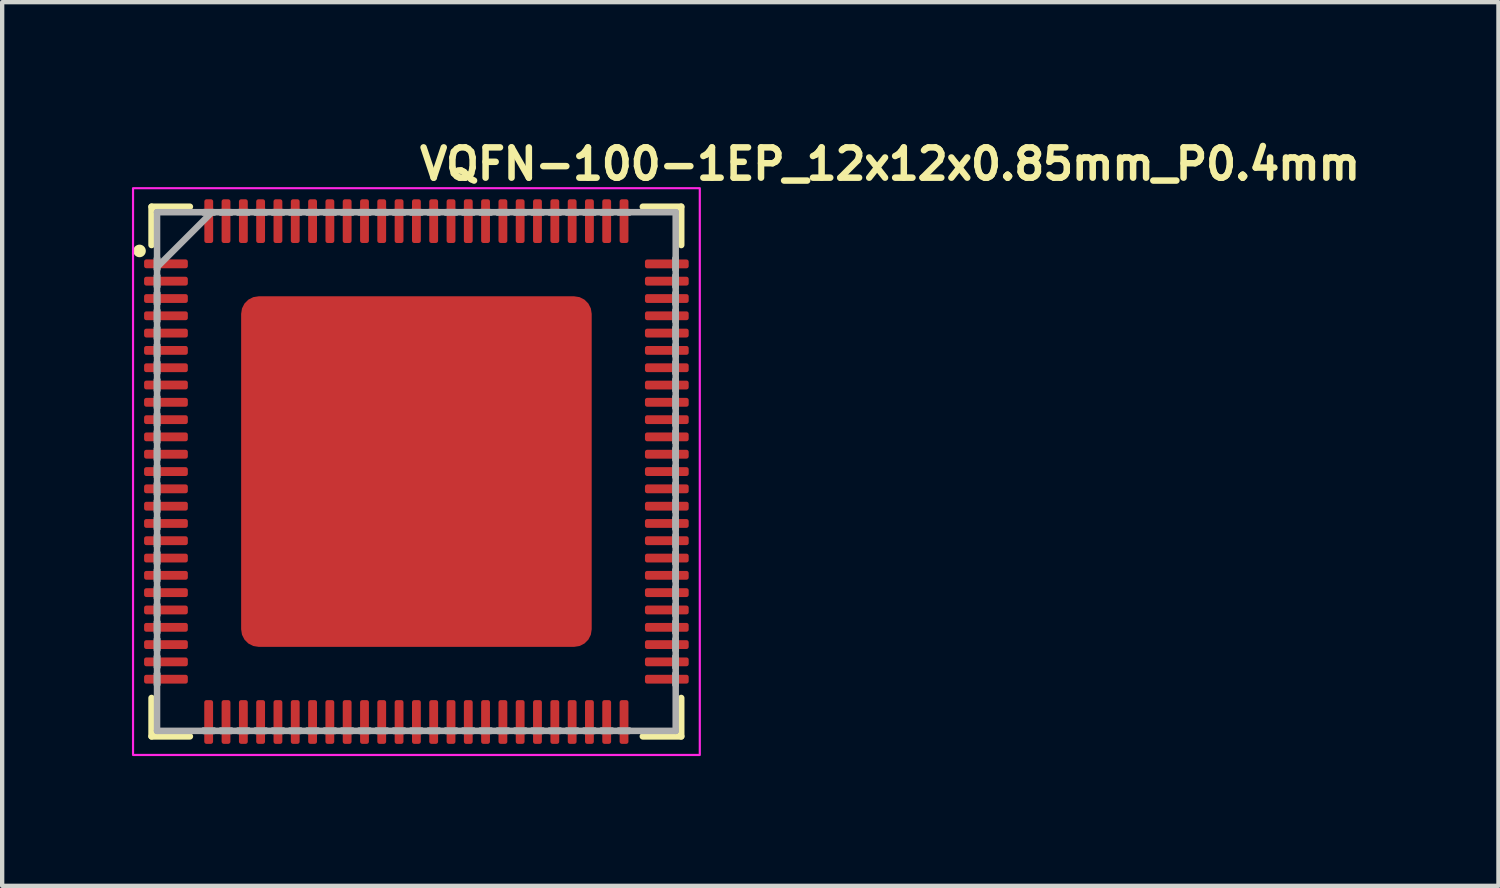
<source format=kicad_pcb>
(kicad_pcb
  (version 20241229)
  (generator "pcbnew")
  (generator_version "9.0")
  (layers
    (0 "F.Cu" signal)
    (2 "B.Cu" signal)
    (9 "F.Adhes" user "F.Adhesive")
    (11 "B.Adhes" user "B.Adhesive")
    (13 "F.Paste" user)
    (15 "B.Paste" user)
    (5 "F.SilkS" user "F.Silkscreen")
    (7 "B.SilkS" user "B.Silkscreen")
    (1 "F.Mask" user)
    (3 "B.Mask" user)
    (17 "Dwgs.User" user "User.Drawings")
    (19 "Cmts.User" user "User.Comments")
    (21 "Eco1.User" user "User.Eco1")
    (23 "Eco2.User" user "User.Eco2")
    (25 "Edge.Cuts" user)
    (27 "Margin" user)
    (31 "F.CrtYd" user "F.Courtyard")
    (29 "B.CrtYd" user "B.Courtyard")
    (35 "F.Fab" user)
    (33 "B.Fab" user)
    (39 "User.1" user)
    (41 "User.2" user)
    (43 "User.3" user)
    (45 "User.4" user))
  (footprint "VQFN-100-1EP_12x12x0.85mm_P0.4mm"
    (layer "F.Cu")
    (at 6.575 7.85)
    (property "Reference" "VQFN-100-1EP_12x12x0.85mm_P0.4mm" (at 0 -6.7 0) (layer "F.SilkS") (effects (font (size 0.7 0.7) (thickness 0.15)) (justify left bottom)))
    (attr smd)
    (fp_line (start -6.122 -6.122) (end -6.122 -5.236) (stroke (width 0.15) (type solid)) (layer "F.SilkS"))
    (fp_line (start -6.122 5.233) (end -6.122 6.121) (stroke (width 0.15) (type solid)) (layer "F.SilkS"))
    (fp_line (start -6.122 6.121) (end -5.236 6.121) (stroke (width 0.15) (type solid)) (layer "F.SilkS"))
    (fp_line (start -5.236 -6.122) (end -6.122 -6.122) (stroke (width 0.15) (type solid)) (layer "F.SilkS"))
    (fp_line (start 5.233 6.121) (end 6.121 6.121) (stroke (width 0.15) (type solid)) (layer "F.SilkS"))
    (fp_line (start 6.121 -6.122) (end 5.233 -6.122) (stroke (width 0.15) (type solid)) (layer "F.SilkS"))
    (fp_line (start 6.121 -5.236) (end 6.121 -6.122) (stroke (width 0.15) (type solid)) (layer "F.SilkS"))
    (fp_line (start 6.121 6.121) (end 6.121 5.233) (stroke (width 0.15) (type solid)) (layer "F.SilkS"))
    (fp_circle (center -6.4 -5.1) (end -6.35 -5.05) (stroke (width 0.15) (type solid)) (fill yes) (layer "F.SilkS"))
    (fp_rect (start -3.4 -3.4) (end -1.6 -1.6) (stroke (width 0.12) (type solid)) (fill yes) (layer "F.Paste"))
    (fp_rect (start -3.4 1.6) (end -1.6 3.4) (stroke (width 0.12) (type solid)) (fill yes) (layer "F.Paste"))
    (fp_rect (start -0.9 -0.9) (end 0.9 0.9) (stroke (width 0.12) (type solid)) (fill yes) (layer "F.Paste"))
    (fp_rect (start 1.6 -3.351) (end 3.4 -1.551) (stroke (width 0.12) (type solid)) (fill yes) (layer "F.Paste"))
    (fp_rect (start 1.6 1.6) (end 3.4 3.4) (stroke (width 0.12) (type solid)) (fill yes) (layer "F.Paste"))
    (fp_rect (start -6.55 -6.55) (end 6.55 6.55) (stroke (width 0.05) (type solid)) (fill no) (layer "F.CrtYd"))
    (fp_line (start -5.995 -5.995) (end -5.995 -5.995) (stroke (width 0.15) (type solid)) (layer "F.Fab"))
    (fp_line (start -5.995 -5.995) (end -5.995 5.993) (stroke (width 0.15) (type solid)) (layer "F.Fab"))
    (fp_line (start -5.995 -4.928) (end -5.995 -4.928) (stroke (width 0.15) (type solid)) (layer "F.Fab"))
    (fp_line (start -5.995 -4.928) (end -5.995 -4.673) (stroke (width 0.15) (type solid)) (layer "F.Fab"))
    (fp_line (start -5.995 -4.726) (end -4.726 -5.995) (stroke (width 0.15) (type solid)) (layer "F.Fab"))
    (fp_line (start -5.995 -4.673) (end -5.995 -4.928) (stroke (width 0.15) (type solid)) (layer "F.Fab"))
    (fp_line (start -5.995 -4.673) (end -5.995 -4.673) (stroke (width 0.15) (type solid)) (layer "F.Fab"))
    (fp_line (start -5.995 -4.529) (end -5.995 -4.529) (stroke (width 0.15) (type solid)) (layer "F.Fab"))
    (fp_line (start -5.995 -4.529) (end -5.995 -4.273) (stroke (width 0.15) (type solid)) (layer "F.Fab"))
    (fp_line (start -5.995 -4.273) (end -5.995 -4.529) (stroke (width 0.15) (type solid)) (layer "F.Fab"))
    (fp_line (start -5.995 -4.273) (end -5.995 -4.273) (stroke (width 0.15) (type solid)) (layer "F.Fab"))
    (fp_line (start -5.995 -4.127) (end -5.995 -4.127) (stroke (width 0.15) (type solid)) (layer "F.Fab"))
    (fp_line (start -5.995 -4.127) (end -5.995 -3.875) (stroke (width 0.15) (type solid)) (layer "F.Fab"))
    (fp_line (start -5.995 -3.875) (end -5.995 -4.127) (stroke (width 0.15) (type solid)) (layer "F.Fab"))
    (fp_line (start -5.995 -3.875) (end -5.995 -3.875) (stroke (width 0.15) (type solid)) (layer "F.Fab"))
    (fp_line (start -5.995 -3.727) (end -5.995 -3.727) (stroke (width 0.15) (type solid)) (layer "F.Fab"))
    (fp_line (start -5.995 -3.727) (end -5.995 -3.473) (stroke (width 0.15) (type solid)) (layer "F.Fab"))
    (fp_line (start -5.995 -3.473) (end -5.995 -3.727) (stroke (width 0.15) (type solid)) (layer "F.Fab"))
    (fp_line (start -5.995 -3.473) (end -5.995 -3.473) (stroke (width 0.15) (type solid)) (layer "F.Fab"))
    (fp_line (start -5.995 -3.327) (end -5.995 -3.327) (stroke (width 0.15) (type solid)) (layer "F.Fab"))
    (fp_line (start -5.995 -3.327) (end -5.995 -3.073) (stroke (width 0.15) (type solid)) (layer "F.Fab"))
    (fp_line (start -5.995 -3.073) (end -5.995 -3.327) (stroke (width 0.15) (type solid)) (layer "F.Fab"))
    (fp_line (start -5.995 -3.073) (end -5.995 -3.073) (stroke (width 0.15) (type solid)) (layer "F.Fab"))
    (fp_line (start -5.995 -2.927) (end -5.995 -2.927) (stroke (width 0.15) (type solid)) (layer "F.Fab"))
    (fp_line (start -5.995 -2.927) (end -5.995 -2.673) (stroke (width 0.15) (type solid)) (layer "F.Fab"))
    (fp_line (start -5.995 -2.673) (end -5.995 -2.927) (stroke (width 0.15) (type solid)) (layer "F.Fab"))
    (fp_line (start -5.995 -2.673) (end -5.995 -2.673) (stroke (width 0.15) (type solid)) (layer "F.Fab"))
    (fp_line (start -5.995 -2.528) (end -5.995 -2.528) (stroke (width 0.15) (type solid)) (layer "F.Fab"))
    (fp_line (start -5.995 -2.528) (end -5.995 -2.274) (stroke (width 0.15) (type solid)) (layer "F.Fab"))
    (fp_line (start -5.995 -2.274) (end -5.995 -2.528) (stroke (width 0.15) (type solid)) (layer "F.Fab"))
    (fp_line (start -5.995 -2.274) (end -5.995 -2.274) (stroke (width 0.15) (type solid)) (layer "F.Fab"))
    (fp_line (start -5.995 -2.128) (end -5.995 -2.128) (stroke (width 0.15) (type solid)) (layer "F.Fab"))
    (fp_line (start -5.995 -2.128) (end -5.995 -1.873) (stroke (width 0.15) (type solid)) (layer "F.Fab"))
    (fp_line (start -5.995 -1.873) (end -5.995 -2.128) (stroke (width 0.15) (type solid)) (layer "F.Fab"))
    (fp_line (start -5.995 -1.873) (end -5.995 -1.873) (stroke (width 0.15) (type solid)) (layer "F.Fab"))
    (fp_line (start -5.995 -1.728) (end -5.995 -1.728) (stroke (width 0.15) (type solid)) (layer "F.Fab"))
    (fp_line (start -5.995 -1.728) (end -5.995 -1.474) (stroke (width 0.15) (type solid)) (layer "F.Fab"))
    (fp_line (start -5.995 -1.474) (end -5.995 -1.728) (stroke (width 0.15) (type solid)) (layer "F.Fab"))
    (fp_line (start -5.995 -1.474) (end -5.995 -1.474) (stroke (width 0.15) (type solid)) (layer "F.Fab"))
    (fp_line (start -5.995 -1.327) (end -5.995 -1.327) (stroke (width 0.15) (type solid)) (layer "F.Fab"))
    (fp_line (start -5.995 -1.327) (end -5.995 -1.073) (stroke (width 0.15) (type solid)) (layer "F.Fab"))
    (fp_line (start -5.995 -1.073) (end -5.995 -1.327) (stroke (width 0.15) (type solid)) (layer "F.Fab"))
    (fp_line (start -5.995 -1.073) (end -5.995 -1.073) (stroke (width 0.15) (type solid)) (layer "F.Fab"))
    (fp_line (start -5.995 -0.929) (end -5.995 -0.929) (stroke (width 0.15) (type solid)) (layer "F.Fab"))
    (fp_line (start -5.995 -0.929) (end -5.995 -0.675) (stroke (width 0.15) (type solid)) (layer "F.Fab"))
    (fp_line (start -5.995 -0.675) (end -5.995 -0.929) (stroke (width 0.15) (type solid)) (layer "F.Fab"))
    (fp_line (start -5.995 -0.675) (end -5.995 -0.675) (stroke (width 0.15) (type solid)) (layer "F.Fab"))
    (fp_line (start -5.995 -0.529) (end -5.995 -0.529) (stroke (width 0.15) (type solid)) (layer "F.Fab"))
    (fp_line (start -5.995 -0.529) (end -5.995 -0.275) (stroke (width 0.15) (type solid)) (layer "F.Fab"))
    (fp_line (start -5.995 -0.275) (end -5.995 -0.529) (stroke (width 0.15) (type solid)) (layer "F.Fab"))
    (fp_line (start -5.995 -0.275) (end -5.995 -0.275) (stroke (width 0.15) (type solid)) (layer "F.Fab"))
    (fp_line (start -5.995 -0.127) (end -5.995 -0.127) (stroke (width 0.15) (type solid)) (layer "F.Fab"))
    (fp_line (start -5.995 -0.127) (end -5.995 0.125) (stroke (width 0.15) (type solid)) (layer "F.Fab"))
    (fp_line (start -5.995 0.125) (end -5.995 -0.127) (stroke (width 0.15) (type solid)) (layer "F.Fab"))
    (fp_line (start -5.995 0.125) (end -5.995 0.125) (stroke (width 0.15) (type solid)) (layer "F.Fab"))
    (fp_line (start -5.995 0.273) (end -5.995 0.273) (stroke (width 0.15) (type solid)) (layer "F.Fab"))
    (fp_line (start -5.995 0.273) (end -5.995 0.527) (stroke (width 0.15) (type solid)) (layer "F.Fab"))
    (fp_line (start -5.995 0.527) (end -5.995 0.273) (stroke (width 0.15) (type solid)) (layer "F.Fab"))
    (fp_line (start -5.995 0.527) (end -5.995 0.527) (stroke (width 0.15) (type solid)) (layer "F.Fab"))
    (fp_line (start -5.995 0.673) (end -5.995 0.673) (stroke (width 0.15) (type solid)) (layer "F.Fab"))
    (fp_line (start -5.995 0.673) (end -5.995 0.927) (stroke (width 0.15) (type solid)) (layer "F.Fab"))
    (fp_line (start -5.995 0.927) (end -5.995 0.673) (stroke (width 0.15) (type solid)) (layer "F.Fab"))
    (fp_line (start -5.995 0.927) (end -5.995 0.927) (stroke (width 0.15) (type solid)) (layer "F.Fab"))
    (fp_line (start -5.995 1.072) (end -5.995 1.072) (stroke (width 0.15) (type solid)) (layer "F.Fab"))
    (fp_line (start -5.995 1.072) (end -5.995 1.326) (stroke (width 0.15) (type solid)) (layer "F.Fab"))
    (fp_line (start -5.995 1.326) (end -5.995 1.072) (stroke (width 0.15) (type solid)) (layer "F.Fab"))
    (fp_line (start -5.995 1.326) (end -5.995 1.326) (stroke (width 0.15) (type solid)) (layer "F.Fab"))
    (fp_line (start -5.995 1.473) (end -5.995 1.473) (stroke (width 0.15) (type solid)) (layer "F.Fab"))
    (fp_line (start -5.995 1.473) (end -5.995 1.727) (stroke (width 0.15) (type solid)) (layer "F.Fab"))
    (fp_line (start -5.995 1.727) (end -5.995 1.473) (stroke (width 0.15) (type solid)) (layer "F.Fab"))
    (fp_line (start -5.995 1.727) (end -5.995 1.727) (stroke (width 0.15) (type solid)) (layer "F.Fab"))
    (fp_line (start -5.995 1.872) (end -5.995 1.872) (stroke (width 0.15) (type solid)) (layer "F.Fab"))
    (fp_line (start -5.995 1.872) (end -5.995 2.125) (stroke (width 0.15) (type solid)) (layer "F.Fab"))
    (fp_line (start -5.995 2.125) (end -5.995 1.872) (stroke (width 0.15) (type solid)) (layer "F.Fab"))
    (fp_line (start -5.995 2.125) (end -5.995 2.125) (stroke (width 0.15) (type solid)) (layer "F.Fab"))
    (fp_line (start -5.995 2.273) (end -5.995 2.273) (stroke (width 0.15) (type solid)) (layer "F.Fab"))
    (fp_line (start -5.995 2.273) (end -5.995 2.527) (stroke (width 0.15) (type solid)) (layer "F.Fab"))
    (fp_line (start -5.995 2.527) (end -5.995 2.273) (stroke (width 0.15) (type solid)) (layer "F.Fab"))
    (fp_line (start -5.995 2.527) (end -5.995 2.527) (stroke (width 0.15) (type solid)) (layer "F.Fab"))
    (fp_line (start -5.995 2.672) (end -5.995 2.672) (stroke (width 0.15) (type solid)) (layer "F.Fab"))
    (fp_line (start -5.995 2.672) (end -5.995 2.926) (stroke (width 0.15) (type solid)) (layer "F.Fab"))
    (fp_line (start -5.995 2.926) (end -5.995 2.672) (stroke (width 0.15) (type solid)) (layer "F.Fab"))
    (fp_line (start -5.995 2.926) (end -5.995 2.926) (stroke (width 0.15) (type solid)) (layer "F.Fab"))
    (fp_line (start -5.995 3.072) (end -5.995 3.072) (stroke (width 0.15) (type solid)) (layer "F.Fab"))
    (fp_line (start -5.995 3.072) (end -5.995 3.325) (stroke (width 0.15) (type solid)) (layer "F.Fab"))
    (fp_line (start -5.995 3.325) (end -5.995 3.072) (stroke (width 0.15) (type solid)) (layer "F.Fab"))
    (fp_line (start -5.995 3.325) (end -5.995 3.325) (stroke (width 0.15) (type solid)) (layer "F.Fab"))
    (fp_line (start -5.995 3.471) (end -5.995 3.471) (stroke (width 0.15) (type solid)) (layer "F.Fab"))
    (fp_line (start -5.995 3.471) (end -5.995 3.725) (stroke (width 0.15) (type solid)) (layer "F.Fab"))
    (fp_line (start -5.995 3.725) (end -5.995 3.471) (stroke (width 0.15) (type solid)) (layer "F.Fab"))
    (fp_line (start -5.995 3.725) (end -5.995 3.725) (stroke (width 0.15) (type solid)) (layer "F.Fab"))
    (fp_line (start -5.995 3.871) (end -5.995 3.871) (stroke (width 0.15) (type solid)) (layer "F.Fab"))
    (fp_line (start -5.995 3.871) (end -5.995 4.126) (stroke (width 0.15) (type solid)) (layer "F.Fab"))
    (fp_line (start -5.995 4.126) (end -5.995 3.871) (stroke (width 0.15) (type solid)) (layer "F.Fab"))
    (fp_line (start -5.995 4.126) (end -5.995 4.126) (stroke (width 0.15) (type solid)) (layer "F.Fab"))
    (fp_line (start -5.995 4.272) (end -5.995 4.272) (stroke (width 0.15) (type solid)) (layer "F.Fab"))
    (fp_line (start -5.995 4.272) (end -5.995 4.525) (stroke (width 0.15) (type solid)) (layer "F.Fab"))
    (fp_line (start -5.995 4.525) (end -5.995 4.272) (stroke (width 0.15) (type solid)) (layer "F.Fab"))
    (fp_line (start -5.995 4.525) (end -5.995 4.525) (stroke (width 0.15) (type solid)) (layer "F.Fab"))
    (fp_line (start -5.995 4.671) (end -5.995 4.671) (stroke (width 0.15) (type solid)) (layer "F.Fab"))
    (fp_line (start -5.995 4.671) (end -5.995 4.926) (stroke (width 0.15) (type solid)) (layer "F.Fab"))
    (fp_line (start -5.995 4.926) (end -5.995 4.671) (stroke (width 0.15) (type solid)) (layer "F.Fab"))
    (fp_line (start -5.995 4.926) (end -5.995 4.926) (stroke (width 0.15) (type solid)) (layer "F.Fab"))
    (fp_line (start -5.995 5.993) (end -5.995 5.993) (stroke (width 0.15) (type solid)) (layer "F.Fab"))
    (fp_line (start -5.995 5.993) (end 5.993 5.993) (stroke (width 0.15) (type solid)) (layer "F.Fab"))
    (fp_line (start -4.928 -5.995) (end -4.928 -5.995) (stroke (width 0.15) (type solid)) (layer "F.Fab"))
    (fp_line (start -4.928 -5.995) (end -4.673 -5.995) (stroke (width 0.15) (type solid)) (layer "F.Fab"))
    (fp_line (start -4.928 5.993) (end -4.928 5.993) (stroke (width 0.15) (type solid)) (layer "F.Fab"))
    (fp_line (start -4.928 5.993) (end -4.673 5.993) (stroke (width 0.15) (type solid)) (layer "F.Fab"))
    (fp_line (start -4.673 -5.995) (end -4.928 -5.995) (stroke (width 0.15) (type solid)) (layer "F.Fab"))
    (fp_line (start -4.673 -5.995) (end -4.673 -5.995) (stroke (width 0.15) (type solid)) (layer "F.Fab"))
    (fp_line (start -4.673 5.993) (end -4.928 5.993) (stroke (width 0.15) (type solid)) (layer "F.Fab"))
    (fp_line (start -4.673 5.993) (end -4.673 5.993) (stroke (width 0.15) (type solid)) (layer "F.Fab"))
    (fp_line (start -4.529 5.993) (end -4.529 5.993) (stroke (width 0.15) (type solid)) (layer "F.Fab"))
    (fp_line (start -4.529 5.993) (end -4.273 5.993) (stroke (width 0.15) (type solid)) (layer "F.Fab"))
    (fp_line (start -4.528 -5.995) (end -4.528 -5.995) (stroke (width 0.15) (type solid)) (layer "F.Fab"))
    (fp_line (start -4.528 -5.995) (end -4.273 -5.995) (stroke (width 0.15) (type solid)) (layer "F.Fab"))
    (fp_line (start -4.273 -5.995) (end -4.528 -5.995) (stroke (width 0.15) (type solid)) (layer "F.Fab"))
    (fp_line (start -4.273 -5.995) (end -4.273 -5.995) (stroke (width 0.15) (type solid)) (layer "F.Fab"))
    (fp_line (start -4.273 5.993) (end -4.529 5.993) (stroke (width 0.15) (type solid)) (layer "F.Fab"))
    (fp_line (start -4.273 5.993) (end -4.273 5.993) (stroke (width 0.15) (type solid)) (layer "F.Fab"))
    (fp_line (start -4.127 -5.995) (end -4.127 -5.995) (stroke (width 0.15) (type solid)) (layer "F.Fab"))
    (fp_line (start -4.127 -5.995) (end -3.874 -5.995) (stroke (width 0.15) (type solid)) (layer "F.Fab"))
    (fp_line (start -4.127 5.993) (end -4.127 5.993) (stroke (width 0.15) (type solid)) (layer "F.Fab"))
    (fp_line (start -4.127 5.993) (end -3.875 5.993) (stroke (width 0.15) (type solid)) (layer "F.Fab"))
    (fp_line (start -3.875 5.993) (end -4.127 5.993) (stroke (width 0.15) (type solid)) (layer "F.Fab"))
    (fp_line (start -3.875 5.993) (end -3.875 5.993) (stroke (width 0.15) (type solid)) (layer "F.Fab"))
    (fp_line (start -3.874 -5.995) (end -4.127 -5.995) (stroke (width 0.15) (type solid)) (layer "F.Fab"))
    (fp_line (start -3.874 -5.995) (end -3.874 -5.995) (stroke (width 0.15) (type solid)) (layer "F.Fab"))
    (fp_line (start -3.727 -5.995) (end -3.727 -5.995) (stroke (width 0.15) (type solid)) (layer "F.Fab"))
    (fp_line (start -3.727 -5.995) (end -3.473 -5.995) (stroke (width 0.15) (type solid)) (layer "F.Fab"))
    (fp_line (start -3.727 5.993) (end -3.727 5.993) (stroke (width 0.15) (type solid)) (layer "F.Fab"))
    (fp_line (start -3.727 5.993) (end -3.473 5.993) (stroke (width 0.15) (type solid)) (layer "F.Fab"))
    (fp_line (start -3.473 -5.995) (end -3.727 -5.995) (stroke (width 0.15) (type solid)) (layer "F.Fab"))
    (fp_line (start -3.473 -5.995) (end -3.473 -5.995) (stroke (width 0.15) (type solid)) (layer "F.Fab"))
    (fp_line (start -3.473 5.993) (end -3.727 5.993) (stroke (width 0.15) (type solid)) (layer "F.Fab"))
    (fp_line (start -3.473 5.993) (end -3.473 5.993) (stroke (width 0.15) (type solid)) (layer "F.Fab"))
    (fp_line (start -3.327 -5.995) (end -3.327 -5.995) (stroke (width 0.15) (type solid)) (layer "F.Fab"))
    (fp_line (start -3.327 -5.995) (end -3.073 -5.995) (stroke (width 0.15) (type solid)) (layer "F.Fab"))
    (fp_line (start -3.327 5.993) (end -3.327 5.993) (stroke (width 0.15) (type solid)) (layer "F.Fab"))
    (fp_line (start -3.327 5.993) (end -3.073 5.993) (stroke (width 0.15) (type solid)) (layer "F.Fab"))
    (fp_line (start -3.073 -5.995) (end -3.327 -5.995) (stroke (width 0.15) (type solid)) (layer "F.Fab"))
    (fp_line (start -3.073 -5.995) (end -3.073 -5.995) (stroke (width 0.15) (type solid)) (layer "F.Fab"))
    (fp_line (start -3.073 5.993) (end -3.327 5.993) (stroke (width 0.15) (type solid)) (layer "F.Fab"))
    (fp_line (start -3.073 5.993) (end -3.073 5.993) (stroke (width 0.15) (type solid)) (layer "F.Fab"))
    (fp_line (start -2.927 -5.995) (end -2.927 -5.995) (stroke (width 0.15) (type solid)) (layer "F.Fab"))
    (fp_line (start -2.927 -5.995) (end -2.673 -5.995) (stroke (width 0.15) (type solid)) (layer "F.Fab"))
    (fp_line (start -2.927 5.993) (end -2.927 5.993) (stroke (width 0.15) (type solid)) (layer "F.Fab"))
    (fp_line (start -2.927 5.993) (end -2.673 5.993) (stroke (width 0.15) (type solid)) (layer "F.Fab"))
    (fp_line (start -2.673 -5.995) (end -2.927 -5.995) (stroke (width 0.15) (type solid)) (layer "F.Fab"))
    (fp_line (start -2.673 -5.995) (end -2.673 -5.995) (stroke (width 0.15) (type solid)) (layer "F.Fab"))
    (fp_line (start -2.673 5.993) (end -2.927 5.993) (stroke (width 0.15) (type solid)) (layer "F.Fab"))
    (fp_line (start -2.673 5.993) (end -2.673 5.993) (stroke (width 0.15) (type solid)) (layer "F.Fab"))
    (fp_line (start -2.528 -5.995) (end -2.528 -5.995) (stroke (width 0.15) (type solid)) (layer "F.Fab"))
    (fp_line (start -2.528 -5.995) (end -2.274 -5.995) (stroke (width 0.15) (type solid)) (layer "F.Fab"))
    (fp_line (start -2.528 5.993) (end -2.528 5.993) (stroke (width 0.15) (type solid)) (layer "F.Fab"))
    (fp_line (start -2.528 5.993) (end -2.274 5.993) (stroke (width 0.15) (type solid)) (layer "F.Fab"))
    (fp_line (start -2.274 -5.995) (end -2.528 -5.995) (stroke (width 0.15) (type solid)) (layer "F.Fab"))
    (fp_line (start -2.274 -5.995) (end -2.274 -5.995) (stroke (width 0.15) (type solid)) (layer "F.Fab"))
    (fp_line (start -2.274 5.993) (end -2.528 5.993) (stroke (width 0.15) (type solid)) (layer "F.Fab"))
    (fp_line (start -2.274 5.993) (end -2.274 5.993) (stroke (width 0.15) (type solid)) (layer "F.Fab"))
    (fp_line (start -2.128 -5.995) (end -2.128 -5.995) (stroke (width 0.15) (type solid)) (layer "F.Fab"))
    (fp_line (start -2.128 -5.995) (end -1.873 -5.995) (stroke (width 0.15) (type solid)) (layer "F.Fab"))
    (fp_line (start -2.128 5.993) (end -2.128 5.993) (stroke (width 0.15) (type solid)) (layer "F.Fab"))
    (fp_line (start -2.128 5.993) (end -1.873 5.993) (stroke (width 0.15) (type solid)) (layer "F.Fab"))
    (fp_line (start -1.873 -5.995) (end -2.128 -5.995) (stroke (width 0.15) (type solid)) (layer "F.Fab"))
    (fp_line (start -1.873 -5.995) (end -1.873 -5.995) (stroke (width 0.15) (type solid)) (layer "F.Fab"))
    (fp_line (start -1.873 5.993) (end -2.128 5.993) (stroke (width 0.15) (type solid)) (layer "F.Fab"))
    (fp_line (start -1.873 5.993) (end -1.873 5.993) (stroke (width 0.15) (type solid)) (layer "F.Fab"))
    (fp_line (start -1.728 -5.995) (end -1.728 -5.995) (stroke (width 0.15) (type solid)) (layer "F.Fab"))
    (fp_line (start -1.728 -5.995) (end -1.474 -5.995) (stroke (width 0.15) (type solid)) (layer "F.Fab"))
    (fp_line (start -1.728 5.993) (end -1.728 5.993) (stroke (width 0.15) (type solid)) (layer "F.Fab"))
    (fp_line (start -1.728 5.993) (end -1.474 5.993) (stroke (width 0.15) (type solid)) (layer "F.Fab"))
    (fp_line (start -1.474 -5.995) (end -1.728 -5.995) (stroke (width 0.15) (type solid)) (layer "F.Fab"))
    (fp_line (start -1.474 -5.995) (end -1.474 -5.995) (stroke (width 0.15) (type solid)) (layer "F.Fab"))
    (fp_line (start -1.474 5.993) (end -1.728 5.993) (stroke (width 0.15) (type solid)) (layer "F.Fab"))
    (fp_line (start -1.474 5.993) (end -1.474 5.993) (stroke (width 0.15) (type solid)) (layer "F.Fab"))
    (fp_line (start -1.327 -5.995) (end -1.327 -5.995) (stroke (width 0.15) (type solid)) (layer "F.Fab"))
    (fp_line (start -1.327 -5.995) (end -1.073 -5.995) (stroke (width 0.15) (type solid)) (layer "F.Fab"))
    (fp_line (start -1.327 5.993) (end -1.327 5.993) (stroke (width 0.15) (type solid)) (layer "F.Fab"))
    (fp_line (start -1.327 5.993) (end -1.073 5.993) (stroke (width 0.15) (type solid)) (layer "F.Fab"))
    (fp_line (start -1.073 -5.995) (end -1.327 -5.995) (stroke (width 0.15) (type solid)) (layer "F.Fab"))
    (fp_line (start -1.073 -5.995) (end -1.073 -5.995) (stroke (width 0.15) (type solid)) (layer "F.Fab"))
    (fp_line (start -1.073 5.993) (end -1.327 5.993) (stroke (width 0.15) (type solid)) (layer "F.Fab"))
    (fp_line (start -1.073 5.993) (end -1.073 5.993) (stroke (width 0.15) (type solid)) (layer "F.Fab"))
    (fp_line (start -0.929 -5.995) (end -0.929 -5.995) (stroke (width 0.15) (type solid)) (layer "F.Fab"))
    (fp_line (start -0.929 -5.995) (end -0.675 -5.995) (stroke (width 0.15) (type solid)) (layer "F.Fab"))
    (fp_line (start -0.929 5.993) (end -0.929 5.993) (stroke (width 0.15) (type solid)) (layer "F.Fab"))
    (fp_line (start -0.929 5.993) (end -0.675 5.993) (stroke (width 0.15) (type solid)) (layer "F.Fab"))
    (fp_line (start -0.675 -5.995) (end -0.929 -5.995) (stroke (width 0.15) (type solid)) (layer "F.Fab"))
    (fp_line (start -0.675 -5.995) (end -0.675 -5.995) (stroke (width 0.15) (type solid)) (layer "F.Fab"))
    (fp_line (start -0.675 5.993) (end -0.929 5.993) (stroke (width 0.15) (type solid)) (layer "F.Fab"))
    (fp_line (start -0.675 5.993) (end -0.675 5.993) (stroke (width 0.15) (type solid)) (layer "F.Fab"))
    (fp_line (start -0.529 -5.995) (end -0.529 -5.995) (stroke (width 0.15) (type solid)) (layer "F.Fab"))
    (fp_line (start -0.529 -5.995) (end -0.275 -5.995) (stroke (width 0.15) (type solid)) (layer "F.Fab"))
    (fp_line (start -0.529 5.993) (end -0.529 5.993) (stroke (width 0.15) (type solid)) (layer "F.Fab"))
    (fp_line (start -0.529 5.993) (end -0.275 5.993) (stroke (width 0.15) (type solid)) (layer "F.Fab"))
    (fp_line (start -0.275 -5.995) (end -0.529 -5.995) (stroke (width 0.15) (type solid)) (layer "F.Fab"))
    (fp_line (start -0.275 -5.995) (end -0.275 -5.995) (stroke (width 0.15) (type solid)) (layer "F.Fab"))
    (fp_line (start -0.275 5.993) (end -0.529 5.993) (stroke (width 0.15) (type solid)) (layer "F.Fab"))
    (fp_line (start -0.275 5.993) (end -0.275 5.993) (stroke (width 0.15) (type solid)) (layer "F.Fab"))
    (fp_line (start -0.127 -5.995) (end -0.127 -5.995) (stroke (width 0.15) (type solid)) (layer "F.Fab"))
    (fp_line (start -0.127 -5.995) (end 0.125 -5.995) (stroke (width 0.15) (type solid)) (layer "F.Fab"))
    (fp_line (start -0.127 5.993) (end -0.127 5.993) (stroke (width 0.15) (type solid)) (layer "F.Fab"))
    (fp_line (start -0.127 5.993) (end 0.125 5.993) (stroke (width 0.15) (type solid)) (layer "F.Fab"))
    (fp_line (start 0.125 -5.995) (end -0.127 -5.995) (stroke (width 0.15) (type solid)) (layer "F.Fab"))
    (fp_line (start 0.125 -5.995) (end 0.125 -5.995) (stroke (width 0.15) (type solid)) (layer "F.Fab"))
    (fp_line (start 0.125 5.993) (end -0.127 5.993) (stroke (width 0.15) (type solid)) (layer "F.Fab"))
    (fp_line (start 0.125 5.993) (end 0.125 5.993) (stroke (width 0.15) (type solid)) (layer "F.Fab"))
    (fp_line (start 0.273 -5.995) (end 0.273 -5.995) (stroke (width 0.15) (type solid)) (layer "F.Fab"))
    (fp_line (start 0.273 -5.995) (end 0.527 -5.995) (stroke (width 0.15) (type solid)) (layer "F.Fab"))
    (fp_line (start 0.273 5.993) (end 0.273 5.993) (stroke (width 0.15) (type solid)) (layer "F.Fab"))
    (fp_line (start 0.273 5.993) (end 0.527 5.993) (stroke (width 0.15) (type solid)) (layer "F.Fab"))
    (fp_line (start 0.527 -5.995) (end 0.273 -5.995) (stroke (width 0.15) (type solid)) (layer "F.Fab"))
    (fp_line (start 0.527 -5.995) (end 0.527 -5.995) (stroke (width 0.15) (type solid)) (layer "F.Fab"))
    (fp_line (start 0.527 5.993) (end 0.273 5.993) (stroke (width 0.15) (type solid)) (layer "F.Fab"))
    (fp_line (start 0.527 5.993) (end 0.527 5.993) (stroke (width 0.15) (type solid)) (layer "F.Fab"))
    (fp_line (start 0.673 -5.995) (end 0.673 -5.995) (stroke (width 0.15) (type solid)) (layer "F.Fab"))
    (fp_line (start 0.673 -5.995) (end 0.927 -5.995) (stroke (width 0.15) (type solid)) (layer "F.Fab"))
    (fp_line (start 0.673 5.993) (end 0.673 5.993) (stroke (width 0.15) (type solid)) (layer "F.Fab"))
    (fp_line (start 0.673 5.993) (end 0.927 5.993) (stroke (width 0.15) (type solid)) (layer "F.Fab"))
    (fp_line (start 0.927 -5.995) (end 0.673 -5.995) (stroke (width 0.15) (type solid)) (layer "F.Fab"))
    (fp_line (start 0.927 -5.995) (end 0.927 -5.995) (stroke (width 0.15) (type solid)) (layer "F.Fab"))
    (fp_line (start 0.927 5.993) (end 0.673 5.993) (stroke (width 0.15) (type solid)) (layer "F.Fab"))
    (fp_line (start 0.927 5.993) (end 0.927 5.993) (stroke (width 0.15) (type solid)) (layer "F.Fab"))
    (fp_line (start 1.072 -5.995) (end 1.072 -5.995) (stroke (width 0.15) (type solid)) (layer "F.Fab"))
    (fp_line (start 1.072 -5.995) (end 1.326 -5.995) (stroke (width 0.15) (type solid)) (layer "F.Fab"))
    (fp_line (start 1.072 5.993) (end 1.072 5.993) (stroke (width 0.15) (type solid)) (layer "F.Fab"))
    (fp_line (start 1.072 5.993) (end 1.326 5.993) (stroke (width 0.15) (type solid)) (layer "F.Fab"))
    (fp_line (start 1.326 -5.995) (end 1.072 -5.995) (stroke (width 0.15) (type solid)) (layer "F.Fab"))
    (fp_line (start 1.326 -5.995) (end 1.326 -5.995) (stroke (width 0.15) (type solid)) (layer "F.Fab"))
    (fp_line (start 1.326 5.993) (end 1.072 5.993) (stroke (width 0.15) (type solid)) (layer "F.Fab"))
    (fp_line (start 1.326 5.993) (end 1.326 5.993) (stroke (width 0.15) (type solid)) (layer "F.Fab"))
    (fp_line (start 1.473 -5.995) (end 1.473 -5.995) (stroke (width 0.15) (type solid)) (layer "F.Fab"))
    (fp_line (start 1.473 -5.995) (end 1.727 -5.995) (stroke (width 0.15) (type solid)) (layer "F.Fab"))
    (fp_line (start 1.473 5.993) (end 1.473 5.993) (stroke (width 0.15) (type solid)) (layer "F.Fab"))
    (fp_line (start 1.473 5.993) (end 1.727 5.993) (stroke (width 0.15) (type solid)) (layer "F.Fab"))
    (fp_line (start 1.727 -5.995) (end 1.473 -5.995) (stroke (width 0.15) (type solid)) (layer "F.Fab"))
    (fp_line (start 1.727 -5.995) (end 1.727 -5.995) (stroke (width 0.15) (type solid)) (layer "F.Fab"))
    (fp_line (start 1.727 5.993) (end 1.473 5.993) (stroke (width 0.15) (type solid)) (layer "F.Fab"))
    (fp_line (start 1.727 5.993) (end 1.727 5.993) (stroke (width 0.15) (type solid)) (layer "F.Fab"))
    (fp_line (start 1.872 -5.995) (end 1.872 -5.995) (stroke (width 0.15) (type solid)) (layer "F.Fab"))
    (fp_line (start 1.872 -5.995) (end 2.125 -5.995) (stroke (width 0.15) (type solid)) (layer "F.Fab"))
    (fp_line (start 1.872 5.993) (end 1.872 5.993) (stroke (width 0.15) (type solid)) (layer "F.Fab"))
    (fp_line (start 1.872 5.993) (end 2.125 5.993) (stroke (width 0.15) (type solid)) (layer "F.Fab"))
    (fp_line (start 2.125 -5.995) (end 1.872 -5.995) (stroke (width 0.15) (type solid)) (layer "F.Fab"))
    (fp_line (start 2.125 -5.995) (end 2.125 -5.995) (stroke (width 0.15) (type solid)) (layer "F.Fab"))
    (fp_line (start 2.125 5.993) (end 1.872 5.993) (stroke (width 0.15) (type solid)) (layer "F.Fab"))
    (fp_line (start 2.125 5.993) (end 2.125 5.993) (stroke (width 0.15) (type solid)) (layer "F.Fab"))
    (fp_line (start 2.273 -5.995) (end 2.273 -5.995) (stroke (width 0.15) (type solid)) (layer "F.Fab"))
    (fp_line (start 2.273 -5.995) (end 2.527 -5.995) (stroke (width 0.15) (type solid)) (layer "F.Fab"))
    (fp_line (start 2.273 5.993) (end 2.273 5.993) (stroke (width 0.15) (type solid)) (layer "F.Fab"))
    (fp_line (start 2.273 5.993) (end 2.527 5.993) (stroke (width 0.15) (type solid)) (layer "F.Fab"))
    (fp_line (start 2.527 -5.995) (end 2.273 -5.995) (stroke (width 0.15) (type solid)) (layer "F.Fab"))
    (fp_line (start 2.527 -5.995) (end 2.527 -5.995) (stroke (width 0.15) (type solid)) (layer "F.Fab"))
    (fp_line (start 2.527 5.993) (end 2.273 5.993) (stroke (width 0.15) (type solid)) (layer "F.Fab"))
    (fp_line (start 2.527 5.993) (end 2.527 5.993) (stroke (width 0.15) (type solid)) (layer "F.Fab"))
    (fp_line (start 2.672 -5.995) (end 2.672 -5.995) (stroke (width 0.15) (type solid)) (layer "F.Fab"))
    (fp_line (start 2.672 -5.995) (end 2.926 -5.995) (stroke (width 0.15) (type solid)) (layer "F.Fab"))
    (fp_line (start 2.672 5.993) (end 2.672 5.993) (stroke (width 0.15) (type solid)) (layer "F.Fab"))
    (fp_line (start 2.672 5.993) (end 2.926 5.993) (stroke (width 0.15) (type solid)) (layer "F.Fab"))
    (fp_line (start 2.926 -5.995) (end 2.672 -5.995) (stroke (width 0.15) (type solid)) (layer "F.Fab"))
    (fp_line (start 2.926 -5.995) (end 2.926 -5.995) (stroke (width 0.15) (type solid)) (layer "F.Fab"))
    (fp_line (start 2.926 5.993) (end 2.672 5.993) (stroke (width 0.15) (type solid)) (layer "F.Fab"))
    (fp_line (start 2.926 5.993) (end 2.926 5.993) (stroke (width 0.15) (type solid)) (layer "F.Fab"))
    (fp_line (start 3.072 -5.995) (end 3.072 -5.995) (stroke (width 0.15) (type solid)) (layer "F.Fab"))
    (fp_line (start 3.072 -5.995) (end 3.325 -5.995) (stroke (width 0.15) (type solid)) (layer "F.Fab"))
    (fp_line (start 3.072 5.993) (end 3.072 5.993) (stroke (width 0.15) (type solid)) (layer "F.Fab"))
    (fp_line (start 3.072 5.993) (end 3.325 5.993) (stroke (width 0.15) (type solid)) (layer "F.Fab"))
    (fp_line (start 3.325 -5.995) (end 3.072 -5.995) (stroke (width 0.15) (type solid)) (layer "F.Fab"))
    (fp_line (start 3.325 -5.995) (end 3.325 -5.995) (stroke (width 0.15) (type solid)) (layer "F.Fab"))
    (fp_line (start 3.325 5.993) (end 3.072 5.993) (stroke (width 0.15) (type solid)) (layer "F.Fab"))
    (fp_line (start 3.325 5.993) (end 3.325 5.993) (stroke (width 0.15) (type solid)) (layer "F.Fab"))
    (fp_line (start 3.471 -5.995) (end 3.471 -5.995) (stroke (width 0.15) (type solid)) (layer "F.Fab"))
    (fp_line (start 3.471 -5.995) (end 3.725 -5.995) (stroke (width 0.15) (type solid)) (layer "F.Fab"))
    (fp_line (start 3.471 5.993) (end 3.471 5.993) (stroke (width 0.15) (type solid)) (layer "F.Fab"))
    (fp_line (start 3.471 5.993) (end 3.725 5.993) (stroke (width 0.15) (type solid)) (layer "F.Fab"))
    (fp_line (start 3.725 -5.995) (end 3.471 -5.995) (stroke (width 0.15) (type solid)) (layer "F.Fab"))
    (fp_line (start 3.725 -5.995) (end 3.725 -5.995) (stroke (width 0.15) (type solid)) (layer "F.Fab"))
    (fp_line (start 3.725 5.993) (end 3.471 5.993) (stroke (width 0.15) (type solid)) (layer "F.Fab"))
    (fp_line (start 3.725 5.993) (end 3.725 5.993) (stroke (width 0.15) (type solid)) (layer "F.Fab"))
    (fp_line (start 3.871 5.993) (end 3.871 5.993) (stroke (width 0.15) (type solid)) (layer "F.Fab"))
    (fp_line (start 3.871 5.993) (end 4.126 5.993) (stroke (width 0.15) (type solid)) (layer "F.Fab"))
    (fp_line (start 3.873 -5.995) (end 3.873 -5.995) (stroke (width 0.15) (type solid)) (layer "F.Fab"))
    (fp_line (start 3.873 -5.995) (end 4.126 -5.995) (stroke (width 0.15) (type solid)) (layer "F.Fab"))
    (fp_line (start 4.126 -5.995) (end 3.873 -5.995) (stroke (width 0.15) (type solid)) (layer "F.Fab"))
    (fp_line (start 4.126 -5.995) (end 4.126 -5.995) (stroke (width 0.15) (type solid)) (layer "F.Fab"))
    (fp_line (start 4.126 5.993) (end 3.871 5.993) (stroke (width 0.15) (type solid)) (layer "F.Fab"))
    (fp_line (start 4.126 5.993) (end 4.126 5.993) (stroke (width 0.15) (type solid)) (layer "F.Fab"))
    (fp_line (start 4.272 -5.995) (end 4.272 -5.995) (stroke (width 0.15) (type solid)) (layer "F.Fab"))
    (fp_line (start 4.272 -5.995) (end 4.527 -5.995) (stroke (width 0.15) (type solid)) (layer "F.Fab"))
    (fp_line (start 4.272 5.993) (end 4.272 5.993) (stroke (width 0.15) (type solid)) (layer "F.Fab"))
    (fp_line (start 4.272 5.993) (end 4.525 5.993) (stroke (width 0.15) (type solid)) (layer "F.Fab"))
    (fp_line (start 4.525 5.993) (end 4.272 5.993) (stroke (width 0.15) (type solid)) (layer "F.Fab"))
    (fp_line (start 4.525 5.993) (end 4.525 5.993) (stroke (width 0.15) (type solid)) (layer "F.Fab"))
    (fp_line (start 4.527 -5.995) (end 4.272 -5.995) (stroke (width 0.15) (type solid)) (layer "F.Fab"))
    (fp_line (start 4.527 -5.995) (end 4.527 -5.995) (stroke (width 0.15) (type solid)) (layer "F.Fab"))
    (fp_line (start 4.671 -5.995) (end 4.671 -5.995) (stroke (width 0.15) (type solid)) (layer "F.Fab"))
    (fp_line (start 4.671 -5.995) (end 4.926 -5.995) (stroke (width 0.15) (type solid)) (layer "F.Fab"))
    (fp_line (start 4.671 5.993) (end 4.671 5.993) (stroke (width 0.15) (type solid)) (layer "F.Fab"))
    (fp_line (start 4.671 5.993) (end 4.926 5.993) (stroke (width 0.15) (type solid)) (layer "F.Fab"))
    (fp_line (start 4.926 -5.995) (end 4.671 -5.995) (stroke (width 0.15) (type solid)) (layer "F.Fab"))
    (fp_line (start 4.926 -5.995) (end 4.926 -5.995) (stroke (width 0.15) (type solid)) (layer "F.Fab"))
    (fp_line (start 4.926 5.993) (end 4.671 5.993) (stroke (width 0.15) (type solid)) (layer "F.Fab"))
    (fp_line (start 4.926 5.993) (end 4.926 5.993) (stroke (width 0.15) (type solid)) (layer "F.Fab"))
    (fp_line (start 5.993 -5.995) (end -5.995 -5.995) (stroke (width 0.15) (type solid)) (layer "F.Fab"))
    (fp_line (start 5.993 -5.995) (end 5.993 -5.995) (stroke (width 0.15) (type solid)) (layer "F.Fab"))
    (fp_line (start 5.993 -4.928) (end 5.993 -4.928) (stroke (width 0.15) (type solid)) (layer "F.Fab"))
    (fp_line (start 5.993 -4.928) (end 5.993 -4.673) (stroke (width 0.15) (type solid)) (layer "F.Fab"))
    (fp_line (start 5.993 -4.673) (end 5.993 -4.928) (stroke (width 0.15) (type solid)) (layer "F.Fab"))
    (fp_line (start 5.993 -4.673) (end 5.993 -4.673) (stroke (width 0.15) (type solid)) (layer "F.Fab"))
    (fp_line (start 5.993 -4.528) (end 5.993 -4.528) (stroke (width 0.15) (type solid)) (layer "F.Fab"))
    (fp_line (start 5.993 -4.528) (end 5.993 -4.273) (stroke (width 0.15) (type solid)) (layer "F.Fab"))
    (fp_line (start 5.993 -4.273) (end 5.993 -4.528) (stroke (width 0.15) (type solid)) (layer "F.Fab"))
    (fp_line (start 5.993 -4.273) (end 5.993 -4.273) (stroke (width 0.15) (type solid)) (layer "F.Fab"))
    (fp_line (start 5.993 -4.127) (end 5.993 -4.127) (stroke (width 0.15) (type solid)) (layer "F.Fab"))
    (fp_line (start 5.993 -4.127) (end 5.993 -3.874) (stroke (width 0.15) (type solid)) (layer "F.Fab"))
    (fp_line (start 5.993 -3.874) (end 5.993 -4.127) (stroke (width 0.15) (type solid)) (layer "F.Fab"))
    (fp_line (start 5.993 -3.874) (end 5.993 -3.874) (stroke (width 0.15) (type solid)) (layer "F.Fab"))
    (fp_line (start 5.993 -3.727) (end 5.993 -3.727) (stroke (width 0.15) (type solid)) (layer "F.Fab"))
    (fp_line (start 5.993 -3.727) (end 5.993 -3.473) (stroke (width 0.15) (type solid)) (layer "F.Fab"))
    (fp_line (start 5.993 -3.473) (end 5.993 -3.727) (stroke (width 0.15) (type solid)) (layer "F.Fab"))
    (fp_line (start 5.993 -3.473) (end 5.993 -3.473) (stroke (width 0.15) (type solid)) (layer "F.Fab"))
    (fp_line (start 5.993 -3.327) (end 5.993 -3.327) (stroke (width 0.15) (type solid)) (layer "F.Fab"))
    (fp_line (start 5.993 -3.327) (end 5.993 -3.073) (stroke (width 0.15) (type solid)) (layer "F.Fab"))
    (fp_line (start 5.993 -3.073) (end 5.993 -3.327) (stroke (width 0.15) (type solid)) (layer "F.Fab"))
    (fp_line (start 5.993 -3.073) (end 5.993 -3.073) (stroke (width 0.15) (type solid)) (layer "F.Fab"))
    (fp_line (start 5.993 -2.927) (end 5.993 -2.927) (stroke (width 0.15) (type solid)) (layer "F.Fab"))
    (fp_line (start 5.993 -2.927) (end 5.993 -2.673) (stroke (width 0.15) (type solid)) (layer "F.Fab"))
    (fp_line (start 5.993 -2.673) (end 5.993 -2.927) (stroke (width 0.15) (type solid)) (layer "F.Fab"))
    (fp_line (start 5.993 -2.673) (end 5.993 -2.673) (stroke (width 0.15) (type solid)) (layer "F.Fab"))
    (fp_line (start 5.993 -2.528) (end 5.993 -2.528) (stroke (width 0.15) (type solid)) (layer "F.Fab"))
    (fp_line (start 5.993 -2.528) (end 5.993 -2.274) (stroke (width 0.15) (type solid)) (layer "F.Fab"))
    (fp_line (start 5.993 -2.274) (end 5.993 -2.528) (stroke (width 0.15) (type solid)) (layer "F.Fab"))
    (fp_line (start 5.993 -2.274) (end 5.993 -2.274) (stroke (width 0.15) (type solid)) (layer "F.Fab"))
    (fp_line (start 5.993 -2.128) (end 5.993 -2.128) (stroke (width 0.15) (type solid)) (layer "F.Fab"))
    (fp_line (start 5.993 -2.128) (end 5.993 -1.873) (stroke (width 0.15) (type solid)) (layer "F.Fab"))
    (fp_line (start 5.993 -1.873) (end 5.993 -2.128) (stroke (width 0.15) (type solid)) (layer "F.Fab"))
    (fp_line (start 5.993 -1.873) (end 5.993 -1.873) (stroke (width 0.15) (type solid)) (layer "F.Fab"))
    (fp_line (start 5.993 -1.728) (end 5.993 -1.728) (stroke (width 0.15) (type solid)) (layer "F.Fab"))
    (fp_line (start 5.993 -1.728) (end 5.993 -1.474) (stroke (width 0.15) (type solid)) (layer "F.Fab"))
    (fp_line (start 5.993 -1.474) (end 5.993 -1.728) (stroke (width 0.15) (type solid)) (layer "F.Fab"))
    (fp_line (start 5.993 -1.474) (end 5.993 -1.474) (stroke (width 0.15) (type solid)) (layer "F.Fab"))
    (fp_line (start 5.993 -1.327) (end 5.993 -1.327) (stroke (width 0.15) (type solid)) (layer "F.Fab"))
    (fp_line (start 5.993 -1.327) (end 5.993 -1.073) (stroke (width 0.15) (type solid)) (layer "F.Fab"))
    (fp_line (start 5.993 -1.073) (end 5.993 -1.327) (stroke (width 0.15) (type solid)) (layer "F.Fab"))
    (fp_line (start 5.993 -1.073) (end 5.993 -1.073) (stroke (width 0.15) (type solid)) (layer "F.Fab"))
    (fp_line (start 5.993 -0.929) (end 5.993 -0.929) (stroke (width 0.15) (type solid)) (layer "F.Fab"))
    (fp_line (start 5.993 -0.929) (end 5.993 -0.675) (stroke (width 0.15) (type solid)) (layer "F.Fab"))
    (fp_line (start 5.993 -0.675) (end 5.993 -0.929) (stroke (width 0.15) (type solid)) (layer "F.Fab"))
    (fp_line (start 5.993 -0.675) (end 5.993 -0.675) (stroke (width 0.15) (type solid)) (layer "F.Fab"))
    (fp_line (start 5.993 -0.529) (end 5.993 -0.529) (stroke (width 0.15) (type solid)) (layer "F.Fab"))
    (fp_line (start 5.993 -0.529) (end 5.993 -0.275) (stroke (width 0.15) (type solid)) (layer "F.Fab"))
    (fp_line (start 5.993 -0.275) (end 5.993 -0.529) (stroke (width 0.15) (type solid)) (layer "F.Fab"))
    (fp_line (start 5.993 -0.275) (end 5.993 -0.275) (stroke (width 0.15) (type solid)) (layer "F.Fab"))
    (fp_line (start 5.993 -0.127) (end 5.993 -0.127) (stroke (width 0.15) (type solid)) (layer "F.Fab"))
    (fp_line (start 5.993 -0.127) (end 5.993 0.125) (stroke (width 0.15) (type solid)) (layer "F.Fab"))
    (fp_line (start 5.993 0.125) (end 5.993 -0.127) (stroke (width 0.15) (type solid)) (layer "F.Fab"))
    (fp_line (start 5.993 0.125) (end 5.993 0.125) (stroke (width 0.15) (type solid)) (layer "F.Fab"))
    (fp_line (start 5.993 0.273) (end 5.993 0.273) (stroke (width 0.15) (type solid)) (layer "F.Fab"))
    (fp_line (start 5.993 0.273) (end 5.993 0.527) (stroke (width 0.15) (type solid)) (layer "F.Fab"))
    (fp_line (start 5.993 0.527) (end 5.993 0.273) (stroke (width 0.15) (type solid)) (layer "F.Fab"))
    (fp_line (start 5.993 0.527) (end 5.993 0.527) (stroke (width 0.15) (type solid)) (layer "F.Fab"))
    (fp_line (start 5.993 0.673) (end 5.993 0.673) (stroke (width 0.15) (type solid)) (layer "F.Fab"))
    (fp_line (start 5.993 0.673) (end 5.993 0.927) (stroke (width 0.15) (type solid)) (layer "F.Fab"))
    (fp_line (start 5.993 0.927) (end 5.993 0.673) (stroke (width 0.15) (type solid)) (layer "F.Fab"))
    (fp_line (start 5.993 0.927) (end 5.993 0.927) (stroke (width 0.15) (type solid)) (layer "F.Fab"))
    (fp_line (start 5.993 1.072) (end 5.993 1.072) (stroke (width 0.15) (type solid)) (layer "F.Fab"))
    (fp_line (start 5.993 1.072) (end 5.993 1.326) (stroke (width 0.15) (type solid)) (layer "F.Fab"))
    (fp_line (start 5.993 1.326) (end 5.993 1.072) (stroke (width 0.15) (type solid)) (layer "F.Fab"))
    (fp_line (start 5.993 1.326) (end 5.993 1.326) (stroke (width 0.15) (type solid)) (layer "F.Fab"))
    (fp_line (start 5.993 1.473) (end 5.993 1.473) (stroke (width 0.15) (type solid)) (layer "F.Fab"))
    (fp_line (start 5.993 1.473) (end 5.993 1.727) (stroke (width 0.15) (type solid)) (layer "F.Fab"))
    (fp_line (start 5.993 1.727) (end 5.993 1.473) (stroke (width 0.15) (type solid)) (layer "F.Fab"))
    (fp_line (start 5.993 1.727) (end 5.993 1.727) (stroke (width 0.15) (type solid)) (layer "F.Fab"))
    (fp_line (start 5.993 1.872) (end 5.993 1.872) (stroke (width 0.15) (type solid)) (layer "F.Fab"))
    (fp_line (start 5.993 1.872) (end 5.993 2.125) (stroke (width 0.15) (type solid)) (layer "F.Fab"))
    (fp_line (start 5.993 2.125) (end 5.993 1.872) (stroke (width 0.15) (type solid)) (layer "F.Fab"))
    (fp_line (start 5.993 2.125) (end 5.993 2.125) (stroke (width 0.15) (type solid)) (layer "F.Fab"))
    (fp_line (start 5.993 2.273) (end 5.993 2.273) (stroke (width 0.15) (type solid)) (layer "F.Fab"))
    (fp_line (start 5.993 2.273) (end 5.993 2.527) (stroke (width 0.15) (type solid)) (layer "F.Fab"))
    (fp_line (start 5.993 2.527) (end 5.993 2.273) (stroke (width 0.15) (type solid)) (layer "F.Fab"))
    (fp_line (start 5.993 2.527) (end 5.993 2.527) (stroke (width 0.15) (type solid)) (layer "F.Fab"))
    (fp_line (start 5.993 2.672) (end 5.993 2.672) (stroke (width 0.15) (type solid)) (layer "F.Fab"))
    (fp_line (start 5.993 2.672) (end 5.993 2.926) (stroke (width 0.15) (type solid)) (layer "F.Fab"))
    (fp_line (start 5.993 2.926) (end 5.993 2.672) (stroke (width 0.15) (type solid)) (layer "F.Fab"))
    (fp_line (start 5.993 2.926) (end 5.993 2.926) (stroke (width 0.15) (type solid)) (layer "F.Fab"))
    (fp_line (start 5.993 3.072) (end 5.993 3.072) (stroke (width 0.15) (type solid)) (layer "F.Fab"))
    (fp_line (start 5.993 3.072) (end 5.993 3.325) (stroke (width 0.15) (type solid)) (layer "F.Fab"))
    (fp_line (start 5.993 3.325) (end 5.993 3.072) (stroke (width 0.15) (type solid)) (layer "F.Fab"))
    (fp_line (start 5.993 3.325) (end 5.993 3.325) (stroke (width 0.15) (type solid)) (layer "F.Fab"))
    (fp_line (start 5.993 3.471) (end 5.993 3.471) (stroke (width 0.15) (type solid)) (layer "F.Fab"))
    (fp_line (start 5.993 3.471) (end 5.993 3.725) (stroke (width 0.15) (type solid)) (layer "F.Fab"))
    (fp_line (start 5.993 3.725) (end 5.993 3.471) (stroke (width 0.15) (type solid)) (layer "F.Fab"))
    (fp_line (start 5.993 3.725) (end 5.993 3.725) (stroke (width 0.15) (type solid)) (layer "F.Fab"))
    (fp_line (start 5.993 3.873) (end 5.993 3.873) (stroke (width 0.15) (type solid)) (layer "F.Fab"))
    (fp_line (start 5.993 3.873) (end 5.993 4.126) (stroke (width 0.15) (type solid)) (layer "F.Fab"))
    (fp_line (start 5.993 4.126) (end 5.993 3.873) (stroke (width 0.15) (type solid)) (layer "F.Fab"))
    (fp_line (start 5.993 4.126) (end 5.993 4.126) (stroke (width 0.15) (type solid)) (layer "F.Fab"))
    (fp_line (start 5.993 4.272) (end 5.993 4.272) (stroke (width 0.15) (type solid)) (layer "F.Fab"))
    (fp_line (start 5.993 4.272) (end 5.993 4.527) (stroke (width 0.15) (type solid)) (layer "F.Fab"))
    (fp_line (start 5.993 4.527) (end 5.993 4.272) (stroke (width 0.15) (type solid)) (layer "F.Fab"))
    (fp_line (start 5.993 4.527) (end 5.993 4.527) (stroke (width 0.15) (type solid)) (layer "F.Fab"))
    (fp_line (start 5.993 4.671) (end 5.993 4.671) (stroke (width 0.15) (type solid)) (layer "F.Fab"))
    (fp_line (start 5.993 4.671) (end 5.993 4.926) (stroke (width 0.15) (type solid)) (layer "F.Fab"))
    (fp_line (start 5.993 4.926) (end 5.993 4.671) (stroke (width 0.15) (type solid)) (layer "F.Fab"))
    (fp_line (start 5.993 4.926) (end 5.993 4.926) (stroke (width 0.15) (type solid)) (layer "F.Fab"))
    (fp_line (start 5.993 5.993) (end 5.993 -5.995) (stroke (width 0.15) (type solid)) (layer "F.Fab"))
    (fp_line (start 5.993 5.993) (end 5.993 5.993) (stroke (width 0.15) (type solid)) (layer "F.Fab"))
    (fp_rect (start -5.994 -5.994) (end 5.993 5.993) (stroke (width 0.1) (type solid)) (fill no) (layer "User.5"))
    (fp_line (start -5.994 -5.994) (end -5.994 5.993) (stroke (width 0.02) (type solid)) (layer "User.9"))
    (fp_line (start -5.994 5.993) (end 5.993 5.993) (stroke (width 0.02) (type solid)) (layer "User.9"))
    (fp_line (start -5.096 -4.813) (end -5.096 -4.797) (stroke (width 0.02) (type solid)) (layer "User.9"))
    (fp_line (start -5.096 -4.797) (end -5.096 -4.797) (stroke (width 0.02) (type solid)) (layer "User.9"))
    (fp_line (start -5.096 -4.797) (end -5.096 -4.781) (stroke (width 0.02) (type solid)) (layer "User.9"))
    (fp_line (start -5.096 -4.781) (end -5.095 -4.766) (stroke (width 0.02) (type solid)) (layer "User.9"))
    (fp_line (start -5.095 -4.827) (end -5.096 -4.813) (stroke (width 0.02) (type solid)) (layer "User.9"))
    (fp_line (start -5.095 -4.766) (end -5.093 -4.752) (stroke (width 0.02) (type solid)) (layer "User.9"))
    (fp_line (start -5.093 -4.843) (end -5.095 -4.827) (stroke (width 0.02) (type solid)) (layer "User.9"))
    (fp_line (start -5.093 -4.752) (end -5.09 -4.736) (stroke (width 0.02) (type solid)) (layer "User.9"))
    (fp_line (start -5.09 -4.858) (end -5.093 -4.843) (stroke (width 0.02) (type solid)) (layer "User.9"))
    (fp_line (start -5.09 -4.736) (end -5.087 -4.723) (stroke (width 0.02) (type solid)) (layer "User.9"))
    (fp_line (start -5.087 -4.872) (end -5.09 -4.858) (stroke (width 0.02) (type solid)) (layer "User.9"))
    (fp_line (start -5.087 -4.723) (end -5.084 -4.707) (stroke (width 0.02) (type solid)) (layer "User.9"))
    (fp_line (start -5.084 -4.887) (end -5.087 -4.872) (stroke (width 0.02) (type solid)) (layer "User.9"))
    (fp_line (start -5.084 -4.707) (end -5.079 -4.694) (stroke (width 0.02) (type solid)) (layer "User.9"))
    (fp_line (start -5.079 -4.901) (end -5.084 -4.887) (stroke (width 0.02) (type solid)) (layer "User.9"))
    (fp_line (start -5.079 -4.694) (end -5.074 -4.68) (stroke (width 0.02) (type solid)) (layer "User.9"))
    (fp_line (start -5.074 -4.914) (end -5.079 -4.901) (stroke (width 0.02) (type solid)) (layer "User.9"))
    (fp_line (start -5.074 -4.68) (end -5.068 -4.667) (stroke (width 0.02) (type solid)) (layer "User.9"))
    (fp_line (start -5.068 -4.927) (end -5.074 -4.914) (stroke (width 0.02) (type solid)) (layer "User.9"))
    (fp_line (start -5.068 -4.667) (end -5.061 -4.654) (stroke (width 0.02) (type solid)) (layer "User.9"))
    (fp_line (start -5.061 -4.939) (end -5.068 -4.927) (stroke (width 0.02) (type solid)) (layer "User.9"))
    (fp_line (start -5.061 -4.654) (end -5.053 -4.641) (stroke (width 0.02) (type solid)) (layer "User.9"))
    (fp_line (start -5.053 -4.952) (end -5.061 -4.939) (stroke (width 0.02) (type solid)) (layer "User.9"))
    (fp_line (start -5.053 -4.641) (end -5.045 -4.63) (stroke (width 0.02) (type solid)) (layer "User.9"))
    (fp_line (start -5.045 -4.965) (end -5.053 -4.952) (stroke (width 0.02) (type solid)) (layer "User.9"))
    (fp_line (start -5.045 -4.63) (end -5.037 -4.617) (stroke (width 0.02) (type solid)) (layer "User.9"))
    (fp_line (start -5.037 -4.976) (end -5.045 -4.965) (stroke (width 0.02) (type solid)) (layer "User.9"))
    (fp_line (start -5.037 -4.617) (end -5.029 -4.606) (stroke (width 0.02) (type solid)) (layer "User.9"))
    (fp_line (start -5.029 -4.987) (end -5.037 -4.976) (stroke (width 0.02) (type solid)) (layer "User.9"))
    (fp_line (start -5.029 -4.606) (end -5.018 -4.595) (stroke (width 0.02) (type solid)) (layer "User.9"))
    (fp_line (start -5.018 -4.999) (end -5.029 -4.987) (stroke (width 0.02) (type solid)) (layer "User.9"))
    (fp_line (start -5.018 -4.595) (end -5.008 -4.585) (stroke (width 0.02) (type solid)) (layer "User.9"))
    (fp_line (start -5.008 -5.008) (end -5.018 -4.999) (stroke (width 0.02) (type solid)) (layer "User.9"))
    (fp_line (start -5.008 -4.585) (end -4.999 -4.576) (stroke (width 0.02) (type solid)) (layer "User.9"))
    (fp_line (start -4.999 -5.018) (end -5.008 -5.008) (stroke (width 0.02) (type solid)) (layer "User.9"))
    (fp_line (start -4.999 -4.576) (end -4.987 -4.566) (stroke (width 0.02) (type solid)) (layer "User.9"))
    (fp_line (start -4.987 -5.029) (end -4.999 -5.018) (stroke (width 0.02) (type solid)) (layer "User.9"))
    (fp_line (start -4.987 -4.566) (end -4.976 -4.556) (stroke (width 0.02) (type solid)) (layer "User.9"))
    (fp_line (start -4.976 -5.037) (end -4.987 -5.029) (stroke (width 0.02) (type solid)) (layer "User.9"))
    (fp_line (start -4.976 -4.556) (end -4.965 -4.548) (stroke (width 0.02) (type solid)) (layer "User.9"))
    (fp_line (start -4.965 -5.045) (end -4.976 -5.037) (stroke (width 0.02) (type solid)) (layer "User.9"))
    (fp_line (start -4.965 -4.548) (end -4.952 -4.54) (stroke (width 0.02) (type solid)) (layer "User.9"))
    (fp_line (start -4.952 -5.053) (end -4.965 -5.045) (stroke (width 0.02) (type solid)) (layer "User.9"))
    (fp_line (start -4.952 -4.54) (end -4.939 -4.534) (stroke (width 0.02) (type solid)) (layer "User.9"))
    (fp_line (start -4.939 -5.061) (end -4.952 -5.053) (stroke (width 0.02) (type solid)) (layer "User.9"))
    (fp_line (start -4.939 -4.534) (end -4.927 -4.526) (stroke (width 0.02) (type solid)) (layer "User.9"))
    (fp_line (start -4.927 -5.068) (end -4.939 -5.061) (stroke (width 0.02) (type solid)) (layer "User.9"))
    (fp_line (start -4.927 -4.526) (end -4.914 -4.521) (stroke (width 0.02) (type solid)) (layer "User.9"))
    (fp_line (start -4.914 -5.074) (end -4.927 -5.068) (stroke (width 0.02) (type solid)) (layer "User.9"))
    (fp_line (start -4.914 -4.521) (end -4.901 -4.515) (stroke (width 0.02) (type solid)) (layer "User.9"))
    (fp_line (start -4.901 -5.079) (end -4.914 -5.074) (stroke (width 0.02) (type solid)) (layer "User.9"))
    (fp_line (start -4.901 -4.515) (end -4.887 -4.51) (stroke (width 0.02) (type solid)) (layer "User.9"))
    (fp_line (start -4.887 -5.084) (end -4.901 -5.079) (stroke (width 0.02) (type solid)) (layer "User.9"))
    (fp_line (start -4.887 -4.51) (end -4.872 -4.507) (stroke (width 0.02) (type solid)) (layer "User.9"))
    (fp_line (start -4.872 -5.087) (end -4.887 -5.084) (stroke (width 0.02) (type solid)) (layer "User.9"))
    (fp_line (start -4.872 -4.507) (end -4.858 -4.504) (stroke (width 0.02) (type solid)) (layer "User.9"))
    (fp_line (start -4.858 -5.09) (end -4.872 -5.087) (stroke (width 0.02) (type solid)) (layer "User.9"))
    (fp_line (start -4.858 -4.504) (end -4.843 -4.5) (stroke (width 0.02) (type solid)) (layer "User.9"))
    (fp_line (start -4.843 -5.093) (end -4.858 -5.09) (stroke (width 0.02) (type solid)) (layer "User.9"))
    (fp_line (start -4.843 -4.5) (end -4.827 -4.499) (stroke (width 0.02) (type solid)) (layer "User.9"))
    (fp_line (start -4.827 -5.095) (end -4.843 -5.093) (stroke (width 0.02) (type solid)) (layer "User.9"))
    (fp_line (start -4.827 -4.499) (end -4.813 -4.497) (stroke (width 0.02) (type solid)) (layer "User.9"))
    (fp_line (start -4.813 -5.096) (end -4.827 -5.095) (stroke (width 0.02) (type solid)) (layer "User.9"))
    (fp_line (start -4.813 -4.497) (end -4.797 -4.497) (stroke (width 0.02) (type solid)) (layer "User.9"))
    (fp_line (start -4.797 -5.096) (end -4.813 -5.096) (stroke (width 0.02) (type solid)) (layer "User.9"))
    (fp_line (start -4.797 -5.096) (end -4.797 -5.096) (stroke (width 0.02) (type solid)) (layer "User.9"))
    (fp_line (start -4.797 -4.497) (end -4.797 -4.497) (stroke (width 0.02) (type solid)) (layer "User.9"))
    (fp_line (start -4.797 -4.497) (end -4.781 -4.497) (stroke (width 0.02) (type solid)) (layer "User.9"))
    (fp_line (start -4.781 -5.096) (end -4.797 -5.096) (stroke (width 0.02) (type solid)) (layer "User.9"))
    (fp_line (start -4.781 -4.497) (end -4.766 -4.499) (stroke (width 0.02) (type solid)) (layer "User.9"))
    (fp_line (start -4.766 -5.095) (end -4.781 -5.096) (stroke (width 0.02) (type solid)) (layer "User.9"))
    (fp_line (start -4.766 -4.499) (end -4.752 -4.5) (stroke (width 0.02) (type solid)) (layer "User.9"))
    (fp_line (start -4.752 -5.093) (end -4.766 -5.095) (stroke (width 0.02) (type solid)) (layer "User.9"))
    (fp_line (start -4.752 -4.5) (end -4.736 -4.504) (stroke (width 0.02) (type solid)) (layer "User.9"))
    (fp_line (start -4.736 -5.09) (end -4.752 -5.093) (stroke (width 0.02) (type solid)) (layer "User.9"))
    (fp_line (start -4.736 -4.504) (end -4.723 -4.507) (stroke (width 0.02) (type solid)) (layer "User.9"))
    (fp_line (start -4.723 -5.087) (end -4.736 -5.09) (stroke (width 0.02) (type solid)) (layer "User.9"))
    (fp_line (start -4.723 -4.507) (end -4.707 -4.51) (stroke (width 0.02) (type solid)) (layer "User.9"))
    (fp_line (start -4.707 -5.084) (end -4.723 -5.087) (stroke (width 0.02) (type solid)) (layer "User.9"))
    (fp_line (start -4.707 -4.51) (end -4.694 -4.515) (stroke (width 0.02) (type solid)) (layer "User.9"))
    (fp_line (start -4.694 -5.079) (end -4.707 -5.084) (stroke (width 0.02) (type solid)) (layer "User.9"))
    (fp_line (start -4.694 -4.515) (end -4.68 -4.521) (stroke (width 0.02) (type solid)) (layer "User.9"))
    (fp_line (start -4.68 -5.074) (end -4.694 -5.079) (stroke (width 0.02) (type solid)) (layer "User.9"))
    (fp_line (start -4.68 -4.521) (end -4.667 -4.526) (stroke (width 0.02) (type solid)) (layer "User.9"))
    (fp_line (start -4.667 -5.068) (end -4.68 -5.074) (stroke (width 0.02) (type solid)) (layer "User.9"))
    (fp_line (start -4.667 -4.526) (end -4.654 -4.534) (stroke (width 0.02) (type solid)) (layer "User.9"))
    (fp_line (start -4.654 -5.061) (end -4.667 -5.068) (stroke (width 0.02) (type solid)) (layer "User.9"))
    (fp_line (start -4.654 -4.534) (end -4.641 -4.54) (stroke (width 0.02) (type solid)) (layer "User.9"))
    (fp_line (start -4.641 -5.053) (end -4.654 -5.061) (stroke (width 0.02) (type solid)) (layer "User.9"))
    (fp_line (start -4.641 -4.54) (end -4.63 -4.548) (stroke (width 0.02) (type solid)) (layer "User.9"))
    (fp_line (start -4.63 -5.045) (end -4.641 -5.053) (stroke (width 0.02) (type solid)) (layer "User.9"))
    (fp_line (start -4.63 -4.548) (end -4.617 -4.556) (stroke (width 0.02) (type solid)) (layer "User.9"))
    (fp_line (start -4.617 -5.037) (end -4.63 -5.045) (stroke (width 0.02) (type solid)) (layer "User.9"))
    (fp_line (start -4.617 -4.556) (end -4.606 -4.566) (stroke (width 0.02) (type solid)) (layer "User.9"))
    (fp_line (start -4.606 -5.029) (end -4.617 -5.037) (stroke (width 0.02) (type solid)) (layer "User.9"))
    (fp_line (start -4.606 -4.566) (end -4.595 -4.576) (stroke (width 0.02) (type solid)) (layer "User.9"))
    (fp_line (start -4.595 -5.018) (end -4.606 -5.029) (stroke (width 0.02) (type solid)) (layer "User.9"))
    (fp_line (start -4.595 -4.576) (end -4.585 -4.585) (stroke (width 0.02) (type solid)) (layer "User.9"))
    (fp_line (start -4.585 -5.008) (end -4.595 -5.018) (stroke (width 0.02) (type solid)) (layer "User.9"))
    (fp_line (start -4.585 -4.585) (end -4.576 -4.595) (stroke (width 0.02) (type solid)) (layer "User.9"))
    (fp_line (start -4.576 -4.999) (end -4.585 -5.008) (stroke (width 0.02) (type solid)) (layer "User.9"))
    (fp_line (start -4.576 -4.595) (end -4.566 -4.606) (stroke (width 0.02) (type solid)) (layer "User.9"))
    (fp_line (start -4.566 -4.987) (end -4.576 -4.999) (stroke (width 0.02) (type solid)) (layer "User.9"))
    (fp_line (start -4.566 -4.606) (end -4.556 -4.617) (stroke (width 0.02) (type solid)) (layer "User.9"))
    (fp_line (start -4.556 -4.976) (end -4.566 -4.987) (stroke (width 0.02) (type solid)) (layer "User.9"))
    (fp_line (start -4.556 -4.617) (end -4.548 -4.63) (stroke (width 0.02) (type solid)) (layer "User.9"))
    (fp_line (start -4.548 -4.965) (end -4.556 -4.976) (stroke (width 0.02) (type solid)) (layer "User.9"))
    (fp_line (start -4.548 -4.63) (end -4.54 -4.641) (stroke (width 0.02) (type solid)) (layer "User.9"))
    (fp_line (start -4.54 -4.952) (end -4.548 -4.965) (stroke (width 0.02) (type solid)) (layer "User.9"))
    (fp_line (start -4.54 -4.641) (end -4.534 -4.654) (stroke (width 0.02) (type solid)) (layer "User.9"))
    (fp_line (start -4.534 -4.939) (end -4.54 -4.952) (stroke (width 0.02) (type solid)) (layer "User.9"))
    (fp_line (start -4.534 -4.654) (end -4.526 -4.667) (stroke (width 0.02) (type solid)) (layer "User.9"))
    (fp_line (start -4.526 -4.927) (end -4.534 -4.939) (stroke (width 0.02) (type solid)) (layer "User.9"))
    (fp_line (start -4.526 -4.667) (end -4.521 -4.68) (stroke (width 0.02) (type solid)) (layer "User.9"))
    (fp_line (start -4.521 -4.914) (end -4.526 -4.927) (stroke (width 0.02) (type solid)) (layer "User.9"))
    (fp_line (start -4.521 -4.68) (end -4.515 -4.694) (stroke (width 0.02) (type solid)) (layer "User.9"))
    (fp_line (start -4.515 -4.901) (end -4.521 -4.914) (stroke (width 0.02) (type solid)) (layer "User.9"))
    (fp_line (start -4.515 -4.694) (end -4.51 -4.707) (stroke (width 0.02) (type solid)) (layer "User.9"))
    (fp_line (start -4.51 -4.887) (end -4.515 -4.901) (stroke (width 0.02) (type solid)) (layer "User.9"))
    (fp_line (start -4.51 -4.707) (end -4.507 -4.723) (stroke (width 0.02) (type solid)) (layer "User.9"))
    (fp_line (start -4.507 -4.872) (end -4.51 -4.887) (stroke (width 0.02) (type solid)) (layer "User.9"))
    (fp_line (start -4.507 -4.723) (end -4.504 -4.736) (stroke (width 0.02) (type solid)) (layer "User.9"))
    (fp_line (start -4.504 -4.858) (end -4.507 -4.872) (stroke (width 0.02) (type solid)) (layer "User.9"))
    (fp_line (start -4.504 -4.736) (end -4.5 -4.752) (stroke (width 0.02) (type solid)) (layer "User.9"))
    (fp_line (start -4.5 -4.843) (end -4.504 -4.858) (stroke (width 0.02) (type solid)) (layer "User.9"))
    (fp_line (start -4.5 -4.752) (end -4.499 -4.766) (stroke (width 0.02) (type solid)) (layer "User.9"))
    (fp_line (start -4.499 -4.827) (end -4.5 -4.843) (stroke (width 0.02) (type solid)) (layer "User.9"))
    (fp_line (start -4.499 -4.766) (end -4.497 -4.781) (stroke (width 0.02) (type solid)) (layer "User.9"))
    (fp_line (start -4.497 -4.813) (end -4.499 -4.827) (stroke (width 0.02) (type solid)) (layer "User.9"))
    (fp_line (start -4.497 -4.797) (end -4.497 -4.813) (stroke (width 0.02) (type solid)) (layer "User.9"))
    (fp_line (start -4.497 -4.797) (end -4.497 -4.797) (stroke (width 0.02) (type solid)) (layer "User.9"))
    (fp_line (start -4.497 -4.797) (end -4.497 -4.797) (stroke (width 0.02) (type solid)) (layer "User.9"))
    (fp_line (start -4.497 -4.781) (end -4.497 -4.797) (stroke (width 0.02) (type solid)) (layer "User.9"))
    (fp_line (start 5.993 -5.994) (end -5.994 -5.994) (stroke (width 0.02) (type solid)) (layer "User.9"))
    (fp_line (start 5.993 5.993) (end 5.993 -5.994) (stroke (width 0.02) (type solid)) (layer "User.9"))
    (pad "1" smd roundrect (at -5.789 -4.802 90) (size 0.204 1.011) (layers "F.Cu" "F.Mask" "F.Paste") (roundrect_rratio 0.25))
    (pad "2" smd roundrect (at -5.789 -4.401 90) (size 0.204 1.011) (layers "F.Cu" "F.Mask" "F.Paste") (roundrect_rratio 0.25))
    (pad "3" smd roundrect (at -5.789 -4 90) (size 0.204 1.011) (layers "F.Cu" "F.Mask" "F.Paste") (roundrect_rratio 0.25))
    (pad "4" smd roundrect (at -5.789 -3.601 90) (size 0.204 1.011) (layers "F.Cu" "F.Mask" "F.Paste") (roundrect_rratio 0.25))
    (pad "5" smd roundrect (at -5.789 -3.201 90) (size 0.204 1.011) (layers "F.Cu" "F.Mask" "F.Paste") (roundrect_rratio 0.25))
    (pad "6" smd roundrect (at -5.789 -2.801 90) (size 0.204 1.011) (layers "F.Cu" "F.Mask" "F.Paste") (roundrect_rratio 0.25))
    (pad "7" smd roundrect (at -5.789 -2.4 90) (size 0.204 1.011) (layers "F.Cu" "F.Mask" "F.Paste") (roundrect_rratio 0.25))
    (pad "8" smd roundrect (at -5.789 -2.001 90) (size 0.204 1.011) (layers "F.Cu" "F.Mask" "F.Paste") (roundrect_rratio 0.25))
    (pad "9" smd roundrect (at -5.789 -1.601 90) (size 0.204 1.011) (layers "F.Cu" "F.Mask" "F.Paste") (roundrect_rratio 0.25))
    (pad "10" smd roundrect (at -5.789 -1.2 90) (size 0.204 1.011) (layers "F.Cu" "F.Mask" "F.Paste") (roundrect_rratio 0.25))
    (pad "11" smd roundrect (at -5.789 -0.802 90) (size 0.204 1.011) (layers "F.Cu" "F.Mask" "F.Paste") (roundrect_rratio 0.25))
    (pad "12" smd roundrect (at -5.789 -0.401 90) (size 0.204 1.011) (layers "F.Cu" "F.Mask" "F.Paste") (roundrect_rratio 0.25))
    (pad "13" smd roundrect (at -5.789 0 90) (size 0.204 1.011) (layers "F.Cu" "F.Mask" "F.Paste") (roundrect_rratio 0.25))
    (pad "14" smd roundrect (at -5.789 0.399 90) (size 0.204 1.011) (layers "F.Cu" "F.Mask" "F.Paste") (roundrect_rratio 0.25))
    (pad "15" smd roundrect (at -5.789 0.8 90) (size 0.204 1.011) (layers "F.Cu" "F.Mask" "F.Paste") (roundrect_rratio 0.25))
    (pad "16" smd roundrect (at -5.789 1.199 90) (size 0.204 1.011) (layers "F.Cu" "F.Mask" "F.Paste") (roundrect_rratio 0.25))
    (pad "17" smd roundrect (at -5.789 1.598 90) (size 0.204 1.011) (layers "F.Cu" "F.Mask" "F.Paste") (roundrect_rratio 0.25))
    (pad "18" smd roundrect (at -5.789 1.999 90) (size 0.204 1.011) (layers "F.Cu" "F.Mask" "F.Paste") (roundrect_rratio 0.25))
    (pad "19" smd roundrect (at -5.789 2.398 90) (size 0.204 1.011) (layers "F.Cu" "F.Mask" "F.Paste") (roundrect_rratio 0.25))
    (pad "20" smd roundrect (at -5.789 2.798 90) (size 0.204 1.011) (layers "F.Cu" "F.Mask" "F.Paste") (roundrect_rratio 0.25))
    (pad "21" smd roundrect (at -5.789 3.199 90) (size 0.204 1.011) (layers "F.Cu" "F.Mask" "F.Paste") (roundrect_rratio 0.25))
    (pad "22" smd roundrect (at -5.789 3.6 90) (size 0.204 1.011) (layers "F.Cu" "F.Mask" "F.Paste") (roundrect_rratio 0.25))
    (pad "23" smd roundrect (at -5.789 3.999 90) (size 0.204 1.011) (layers "F.Cu" "F.Mask" "F.Paste") (roundrect_rratio 0.25))
    (pad "24" smd roundrect (at -5.789 4.398 90) (size 0.204 1.011) (layers "F.Cu" "F.Mask" "F.Paste") (roundrect_rratio 0.25))
    (pad "25" smd roundrect (at -5.789 4.799 90) (size 0.204 1.011) (layers "F.Cu" "F.Mask" "F.Paste") (roundrect_rratio 0.25))
    (pad "26" smd roundrect (at -4.802 5.788) (size 0.204 1.011) (layers "F.Cu" "F.Mask" "F.Paste") (roundrect_rratio 0.25))
    (pad "27" smd roundrect (at -4.401 5.788) (size 0.204 1.011) (layers "F.Cu" "F.Mask" "F.Paste") (roundrect_rratio 0.25))
    (pad "28" smd roundrect (at -4 5.788) (size 0.204 1.011) (layers "F.Cu" "F.Mask" "F.Paste") (roundrect_rratio 0.25))
    (pad "29" smd roundrect (at -3.601 5.788) (size 0.204 1.011) (layers "F.Cu" "F.Mask" "F.Paste") (roundrect_rratio 0.25))
    (pad "30" smd roundrect (at -3.201 5.788) (size 0.204 1.011) (layers "F.Cu" "F.Mask" "F.Paste") (roundrect_rratio 0.25))
    (pad "31" smd roundrect (at -2.801 5.788) (size 0.204 1.011) (layers "F.Cu" "F.Mask" "F.Paste") (roundrect_rratio 0.25))
    (pad "32" smd roundrect (at -2.4 5.788) (size 0.204 1.011) (layers "F.Cu" "F.Mask" "F.Paste") (roundrect_rratio 0.25))
    (pad "33" smd roundrect (at -2.001 5.788) (size 0.204 1.011) (layers "F.Cu" "F.Mask" "F.Paste") (roundrect_rratio 0.25))
    (pad "34" smd roundrect (at -1.601 5.788) (size 0.204 1.011) (layers "F.Cu" "F.Mask" "F.Paste") (roundrect_rratio 0.25))
    (pad "35" smd roundrect (at -1.2 5.788) (size 0.204 1.011) (layers "F.Cu" "F.Mask" "F.Paste") (roundrect_rratio 0.25))
    (pad "36" smd roundrect (at -0.802 5.788) (size 0.204 1.011) (layers "F.Cu" "F.Mask" "F.Paste") (roundrect_rratio 0.25))
    (pad "37" smd roundrect (at -0.401 5.788) (size 0.204 1.011) (layers "F.Cu" "F.Mask" "F.Paste") (roundrect_rratio 0.25))
    (pad "38" smd roundrect (at 0 5.788) (size 0.204 1.011) (layers "F.Cu" "F.Mask" "F.Paste") (roundrect_rratio 0.25))
    (pad "39" smd roundrect (at 0.399 5.788) (size 0.204 1.011) (layers "F.Cu" "F.Mask" "F.Paste") (roundrect_rratio 0.25))
    (pad "40" smd roundrect (at 0.8 5.788) (size 0.204 1.011) (layers "F.Cu" "F.Mask" "F.Paste") (roundrect_rratio 0.25))
    (pad "41" smd roundrect (at 1.199 5.788) (size 0.204 1.011) (layers "F.Cu" "F.Mask" "F.Paste") (roundrect_rratio 0.25))
    (pad "42" smd roundrect (at 1.598 5.788) (size 0.204 1.011) (layers "F.Cu" "F.Mask" "F.Paste") (roundrect_rratio 0.25))
    (pad "43" smd roundrect (at 1.999 5.788) (size 0.204 1.011) (layers "F.Cu" "F.Mask" "F.Paste") (roundrect_rratio 0.25))
    (pad "44" smd roundrect (at 2.398 5.788) (size 0.204 1.011) (layers "F.Cu" "F.Mask" "F.Paste") (roundrect_rratio 0.25))
    (pad "45" smd roundrect (at 2.798 5.788) (size 0.204 1.011) (layers "F.Cu" "F.Mask" "F.Paste") (roundrect_rratio 0.25))
    (pad "46" smd roundrect (at 3.199 5.788) (size 0.204 1.011) (layers "F.Cu" "F.Mask" "F.Paste") (roundrect_rratio 0.25))
    (pad "47" smd roundrect (at 3.6 5.788) (size 0.204 1.011) (layers "F.Cu" "F.Mask" "F.Paste") (roundrect_rratio 0.25))
    (pad "48" smd roundrect (at 3.999 5.788) (size 0.204 1.011) (layers "F.Cu" "F.Mask" "F.Paste") (roundrect_rratio 0.25))
    (pad "49" smd roundrect (at 4.398 5.788) (size 0.204 1.011) (layers "F.Cu" "F.Mask" "F.Paste") (roundrect_rratio 0.25))
    (pad "50" smd roundrect (at 4.799 5.788) (size 0.204 1.011) (layers "F.Cu" "F.Mask" "F.Paste") (roundrect_rratio 0.25))
    (pad "51" smd roundrect (at 5.788 4.799 90) (size 0.204 1.011) (layers "F.Cu" "F.Mask" "F.Paste") (roundrect_rratio 0.25))
    (pad "52" smd roundrect (at 5.788 4.398 90) (size 0.204 1.011) (layers "F.Cu" "F.Mask" "F.Paste") (roundrect_rratio 0.25))
    (pad "53" smd roundrect (at 5.788 3.999 90) (size 0.204 1.011) (layers "F.Cu" "F.Mask" "F.Paste") (roundrect_rratio 0.25))
    (pad "54" smd roundrect (at 5.788 3.6 90) (size 0.204 1.011) (layers "F.Cu" "F.Mask" "F.Paste") (roundrect_rratio 0.25))
    (pad "55" smd roundrect (at 5.788 3.199 90) (size 0.204 1.011) (layers "F.Cu" "F.Mask" "F.Paste") (roundrect_rratio 0.25))
    (pad "56" smd roundrect (at 5.788 2.798 90) (size 0.204 1.011) (layers "F.Cu" "F.Mask" "F.Paste") (roundrect_rratio 0.25))
    (pad "57" smd roundrect (at 5.788 2.398 90) (size 0.204 1.011) (layers "F.Cu" "F.Mask" "F.Paste") (roundrect_rratio 0.25))
    (pad "58" smd roundrect (at 5.788 1.999 90) (size 0.204 1.011) (layers "F.Cu" "F.Mask" "F.Paste") (roundrect_rratio 0.25))
    (pad "59" smd roundrect (at 5.788 1.598 90) (size 0.204 1.011) (layers "F.Cu" "F.Mask" "F.Paste") (roundrect_rratio 0.25))
    (pad "60" smd roundrect (at 5.788 1.199 90) (size 0.204 1.011) (layers "F.Cu" "F.Mask" "F.Paste") (roundrect_rratio 0.25))
    (pad "61" smd roundrect (at 5.788 0.8 90) (size 0.204 1.011) (layers "F.Cu" "F.Mask" "F.Paste") (roundrect_rratio 0.25))
    (pad "62" smd roundrect (at 5.788 0.399 90) (size 0.204 1.011) (layers "F.Cu" "F.Mask" "F.Paste") (roundrect_rratio 0.25))
    (pad "63" smd roundrect (at 5.788 0 90) (size 0.204 1.011) (layers "F.Cu" "F.Mask" "F.Paste") (roundrect_rratio 0.25))
    (pad "64" smd roundrect (at 5.788 -0.401 90) (size 0.204 1.011) (layers "F.Cu" "F.Mask" "F.Paste") (roundrect_rratio 0.25))
    (pad "65" smd roundrect (at 5.788 -0.802 90) (size 0.204 1.011) (layers "F.Cu" "F.Mask" "F.Paste") (roundrect_rratio 0.25))
    (pad "66" smd roundrect (at 5.788 -1.2 90) (size 0.204 1.011) (layers "F.Cu" "F.Mask" "F.Paste") (roundrect_rratio 0.25))
    (pad "67" smd roundrect (at 5.788 -1.601 90) (size 0.204 1.011) (layers "F.Cu" "F.Mask" "F.Paste") (roundrect_rratio 0.25))
    (pad "68" smd roundrect (at 5.788 -2 90) (size 0.204 1.011) (layers "F.Cu" "F.Mask" "F.Paste") (roundrect_rratio 0.25))
    (pad "69" smd roundrect (at 5.788 -2.4 90) (size 0.204 1.011) (layers "F.Cu" "F.Mask" "F.Paste") (roundrect_rratio 0.25))
    (pad "70" smd roundrect (at 5.788 -2.801 90) (size 0.204 1.011) (layers "F.Cu" "F.Mask" "F.Paste") (roundrect_rratio 0.25))
    (pad "71" smd roundrect (at 5.788 -3.201 90) (size 0.204 1.011) (layers "F.Cu" "F.Mask" "F.Paste") (roundrect_rratio 0.25))
    (pad "72" smd roundrect (at 5.788 -3.601 90) (size 0.204 1.011) (layers "F.Cu" "F.Mask" "F.Paste") (roundrect_rratio 0.25))
    (pad "73" smd roundrect (at 5.788 -4 90) (size 0.204 1.011) (layers "F.Cu" "F.Mask" "F.Paste") (roundrect_rratio 0.25))
    (pad "74" smd roundrect (at 5.788 -4.401 90) (size 0.204 1.011) (layers "F.Cu" "F.Mask" "F.Paste") (roundrect_rratio 0.25))
    (pad "75" smd roundrect (at 5.788 -4.8 90) (size 0.204 1.011) (layers "F.Cu" "F.Mask" "F.Paste") (roundrect_rratio 0.25))
    (pad "76" smd roundrect (at 4.799 -5.789) (size 0.204 1.011) (layers "F.Cu" "F.Mask" "F.Paste") (roundrect_rratio 0.25))
    (pad "77" smd roundrect (at 4.398 -5.789) (size 0.204 1.011) (layers "F.Cu" "F.Mask" "F.Paste") (roundrect_rratio 0.25))
    (pad "78" smd roundrect (at 3.999 -5.789) (size 0.204 1.011) (layers "F.Cu" "F.Mask" "F.Paste") (roundrect_rratio 0.25))
    (pad "79" smd roundrect (at 3.6 -5.789) (size 0.204 1.011) (layers "F.Cu" "F.Mask" "F.Paste") (roundrect_rratio 0.25))
    (pad "80" smd roundrect (at 3.199 -5.789) (size 0.204 1.011) (layers "F.Cu" "F.Mask" "F.Paste") (roundrect_rratio 0.25))
    (pad "81" smd roundrect (at 2.798 -5.789) (size 0.204 1.011) (layers "F.Cu" "F.Mask" "F.Paste") (roundrect_rratio 0.25))
    (pad "82" smd roundrect (at 2.398 -5.789) (size 0.204 1.011) (layers "F.Cu" "F.Mask" "F.Paste") (roundrect_rratio 0.25))
    (pad "83" smd roundrect (at 1.999 -5.789) (size 0.204 1.011) (layers "F.Cu" "F.Mask" "F.Paste") (roundrect_rratio 0.25))
    (pad "84" smd roundrect (at 1.598 -5.789) (size 0.204 1.011) (layers "F.Cu" "F.Mask" "F.Paste") (roundrect_rratio 0.25))
    (pad "85" smd roundrect (at 1.199 -5.789) (size 0.204 1.011) (layers "F.Cu" "F.Mask" "F.Paste") (roundrect_rratio 0.25))
    (pad "86" smd roundrect (at 0.8 -5.789) (size 0.204 1.011) (layers "F.Cu" "F.Mask" "F.Paste") (roundrect_rratio 0.25))
    (pad "87" smd roundrect (at 0.399 -5.789) (size 0.204 1.011) (layers "F.Cu" "F.Mask" "F.Paste") (roundrect_rratio 0.25))
    (pad "88" smd roundrect (at 0 -5.789) (size 0.204 1.011) (layers "F.Cu" "F.Mask" "F.Paste") (roundrect_rratio 0.25))
    (pad "89" smd roundrect (at -0.401 -5.789) (size 0.204 1.011) (layers "F.Cu" "F.Mask" "F.Paste") (roundrect_rratio 0.25))
    (pad "90" smd roundrect (at -0.802 -5.789) (size 0.204 1.011) (layers "F.Cu" "F.Mask" "F.Paste") (roundrect_rratio 0.25))
    (pad "91" smd roundrect (at -1.2 -5.789) (size 0.204 1.011) (layers "F.Cu" "F.Mask" "F.Paste") (roundrect_rratio 0.25))
    (pad "92" smd roundrect (at -1.601 -5.789) (size 0.204 1.011) (layers "F.Cu" "F.Mask" "F.Paste") (roundrect_rratio 0.25))
    (pad "93" smd roundrect (at -2 -5.789) (size 0.204 1.011) (layers "F.Cu" "F.Mask" "F.Paste") (roundrect_rratio 0.25))
    (pad "94" smd roundrect (at -2.4 -5.789) (size 0.204 1.011) (layers "F.Cu" "F.Mask" "F.Paste") (roundrect_rratio 0.25))
    (pad "95" smd roundrect (at -2.801 -5.789) (size 0.204 1.011) (layers "F.Cu" "F.Mask" "F.Paste") (roundrect_rratio 0.25))
    (pad "96" smd roundrect (at -3.201 -5.789) (size 0.204 1.011) (layers "F.Cu" "F.Mask" "F.Paste") (roundrect_rratio 0.25))
    (pad "97" smd roundrect (at -3.601 -5.789) (size 0.204 1.011) (layers "F.Cu" "F.Mask" "F.Paste") (roundrect_rratio 0.25))
    (pad "98" smd roundrect (at -4 -5.789) (size 0.204 1.011) (layers "F.Cu" "F.Mask" "F.Paste") (roundrect_rratio 0.25))
    (pad "99" smd roundrect (at -4.401 -5.789) (size 0.204 1.011) (layers "F.Cu" "F.Mask" "F.Paste") (roundrect_rratio 0.25))
    (pad "100" smd roundrect (at -4.8 -5.789) (size 0.204 1.011) (layers "F.Cu" "F.Mask" "F.Paste") (roundrect_rratio 0.25))
    (pad "101" smd roundrect (at 0 0) (size 8.103 8.103) (layers "F.Cu" "F.Mask") (roundrect_rratio 0.05)))
  (gr_rect
    (start -3 -3)
    (end 31.585 17.425)
    (stroke (width 0.1) (type default))
    (fill no)
    (layer "Edge.Cuts")))
</source>
